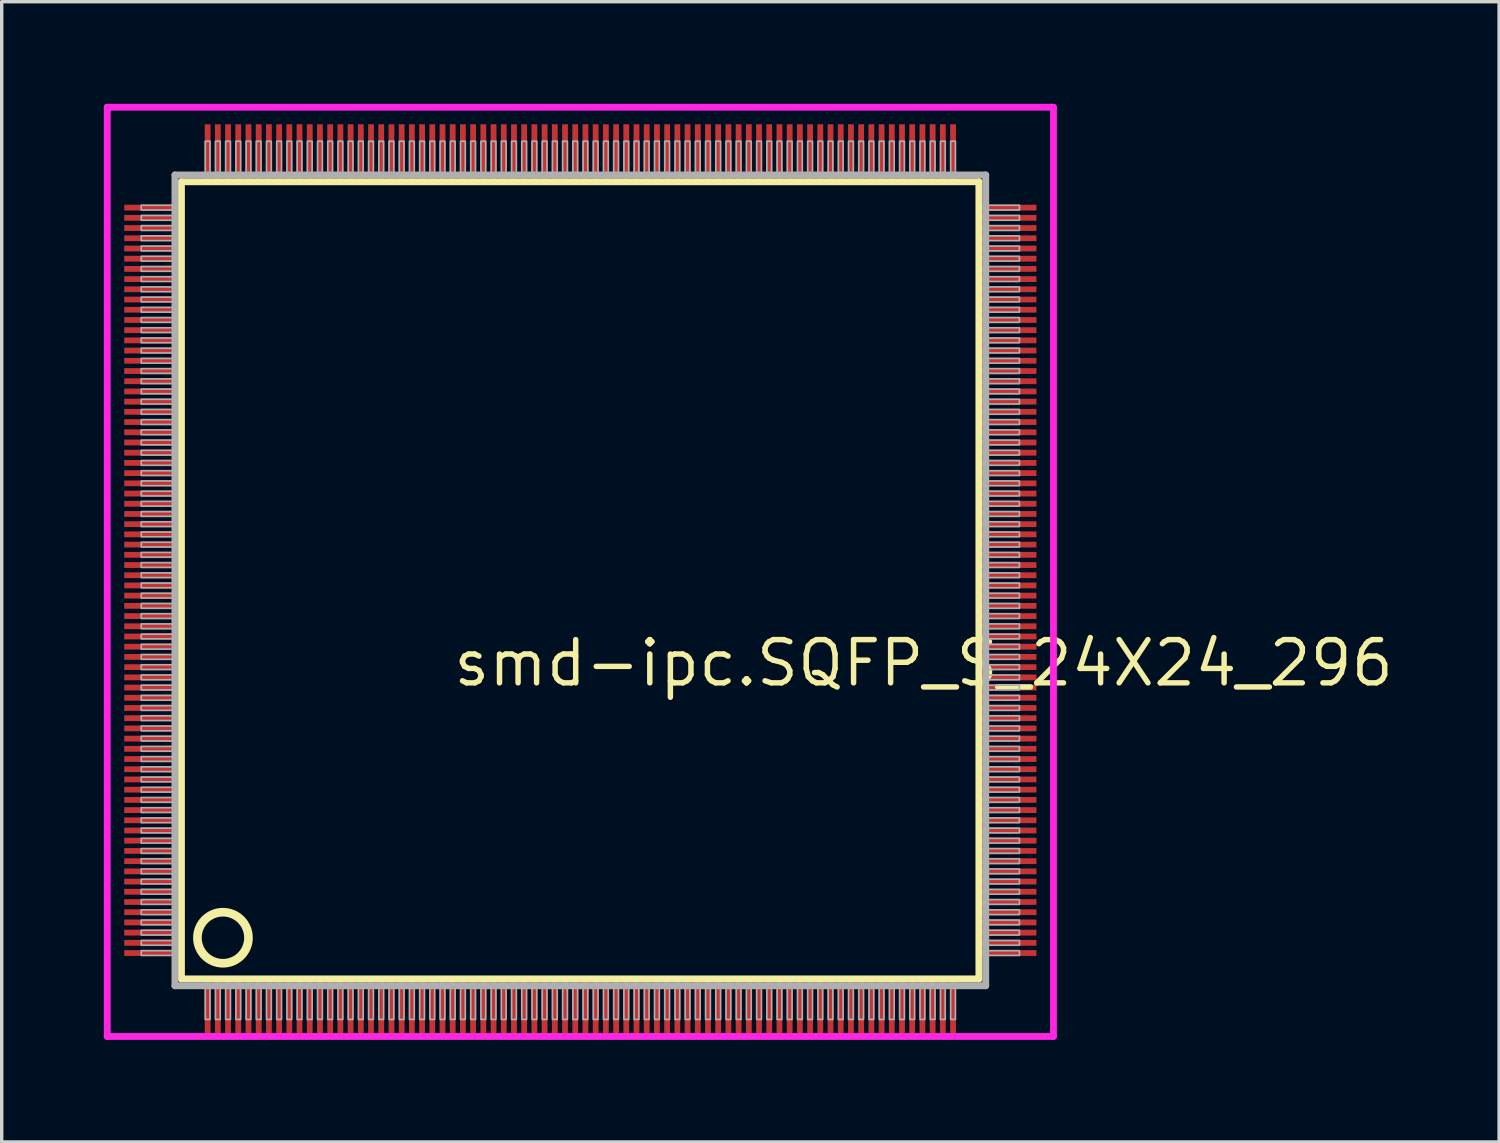
<source format=kicad_pcb>
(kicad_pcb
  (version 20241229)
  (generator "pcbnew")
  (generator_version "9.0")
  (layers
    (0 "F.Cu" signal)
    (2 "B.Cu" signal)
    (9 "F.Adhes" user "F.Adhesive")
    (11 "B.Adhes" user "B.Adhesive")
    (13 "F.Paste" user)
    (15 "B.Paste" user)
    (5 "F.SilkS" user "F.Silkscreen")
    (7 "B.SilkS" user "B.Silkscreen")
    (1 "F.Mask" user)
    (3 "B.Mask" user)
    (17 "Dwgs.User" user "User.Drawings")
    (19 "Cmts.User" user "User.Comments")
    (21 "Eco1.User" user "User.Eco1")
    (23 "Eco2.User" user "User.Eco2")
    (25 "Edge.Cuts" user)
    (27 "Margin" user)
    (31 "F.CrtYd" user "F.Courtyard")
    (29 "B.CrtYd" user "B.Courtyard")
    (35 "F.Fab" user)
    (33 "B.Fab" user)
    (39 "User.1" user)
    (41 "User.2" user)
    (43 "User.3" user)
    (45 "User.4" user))
  (footprint "smd-ipc.SQFP_S_24X24_296"
    (layer "F.Cu")
    (at 14 14)
    (property "Reference" "smd-ipc.SQFP_S_24X24_296" (at -3.81 3.175 0) (layer "F.SilkS") (effects (font (size 1.27 1.27) (thickness 0.16)) (justify left bottom)))
    (attr smd)
    (fp_line (start -11.72 -11.71) (end 11.71 -11.71) (stroke (width 0.203) (type default)) (layer "F.SilkS"))
    (fp_line (start -11.72 11.71) (end -11.72 -11.71) (stroke (width 0.203) (type default)) (layer "F.SilkS"))
    (fp_line (start 11.71 -11.71) (end 11.71 11.71) (stroke (width 0.203) (type default)) (layer "F.SilkS"))
    (fp_line (start 11.71 11.71) (end -11.72 11.71) (stroke (width 0.203) (type default)) (layer "F.SilkS"))
    (fp_circle (center -10.5 10.5) (end -9.75 10.5) (stroke (width 0.254) (type default)) (fill no) (layer "F.SilkS"))
    (fp_line (start -13.9 -13.9) (end 13.9 -13.9) (stroke (width 0.2) (type default)) (layer "F.CrtYd"))
    (fp_line (start -13.9 13.4) (end -13.9 -13.9) (stroke (width 0.2) (type default)) (layer "F.CrtYd"))
    (fp_line (start 13.9 -13.9) (end 13.9 13.4) (stroke (width 0.2) (type default)) (layer "F.CrtYd"))
    (fp_line (start 13.9 13.4) (end -13.9 13.4) (stroke (width 0.2) (type default)) (layer "F.CrtYd"))
    (fp_line (start -11.91 -11.91) (end -11.91 11.91) (stroke (width 0.203) (type default)) (layer "F.Fab"))
    (fp_line (start -11.91 11.91) (end 11.91 11.91) (stroke (width 0.203) (type default)) (layer "F.Fab"))
    (fp_line (start 11.91 -11.91) (end -11.91 -11.91) (stroke (width 0.203) (type default)) (layer "F.Fab"))
    (fp_line (start 11.91 11.91) (end 11.91 -11.91) (stroke (width 0.203) (type default)) (layer "F.Fab"))
    (fp_rect (start -12.9 -10.88) (end -11.95 -11.02) (stroke (width 0.05) (type default)) (fill no) (layer "F.Fab"))
    (fp_rect (start -12.9 -10.58) (end -11.95 -10.72) (stroke (width 0.05) (type default)) (fill no) (layer "F.Fab"))
    (fp_rect (start -12.9 -10.28) (end -11.95 -10.42) (stroke (width 0.05) (type default)) (fill no) (layer "F.Fab"))
    (fp_rect (start -12.9 -9.98) (end -11.95 -10.12) (stroke (width 0.05) (type default)) (fill no) (layer "F.Fab"))
    (fp_rect (start -12.9 -9.68) (end -11.95 -9.82) (stroke (width 0.05) (type default)) (fill no) (layer "F.Fab"))
    (fp_rect (start -12.9 -9.38) (end -11.95 -9.52) (stroke (width 0.05) (type default)) (fill no) (layer "F.Fab"))
    (fp_rect (start -12.9 -9.08) (end -11.95 -9.22) (stroke (width 0.05) (type default)) (fill no) (layer "F.Fab"))
    (fp_rect (start -12.9 -8.78) (end -11.95 -8.92) (stroke (width 0.05) (type default)) (fill no) (layer "F.Fab"))
    (fp_rect (start -12.9 -8.48) (end -11.95 -8.62) (stroke (width 0.05) (type default)) (fill no) (layer "F.Fab"))
    (fp_rect (start -12.9 -8.18) (end -11.95 -8.32) (stroke (width 0.05) (type default)) (fill no) (layer "F.Fab"))
    (fp_rect (start -12.9 -7.88) (end -11.95 -8.02) (stroke (width 0.05) (type default)) (fill no) (layer "F.Fab"))
    (fp_rect (start -12.9 -7.58) (end -11.95 -7.72) (stroke (width 0.05) (type default)) (fill no) (layer "F.Fab"))
    (fp_rect (start -12.9 -7.28) (end -11.95 -7.42) (stroke (width 0.05) (type default)) (fill no) (layer "F.Fab"))
    (fp_rect (start -12.9 -6.98) (end -11.95 -7.12) (stroke (width 0.05) (type default)) (fill no) (layer "F.Fab"))
    (fp_rect (start -12.9 -6.68) (end -11.95 -6.82) (stroke (width 0.05) (type default)) (fill no) (layer "F.Fab"))
    (fp_rect (start -12.9 -6.38) (end -11.95 -6.52) (stroke (width 0.05) (type default)) (fill no) (layer "F.Fab"))
    (fp_rect (start -12.9 -6.08) (end -11.95 -6.22) (stroke (width 0.05) (type default)) (fill no) (layer "F.Fab"))
    (fp_rect (start -12.9 -5.78) (end -11.95 -5.92) (stroke (width 0.05) (type default)) (fill no) (layer "F.Fab"))
    (fp_rect (start -12.9 -5.48) (end -11.95 -5.62) (stroke (width 0.05) (type default)) (fill no) (layer "F.Fab"))
    (fp_rect (start -12.9 -5.18) (end -11.95 -5.32) (stroke (width 0.05) (type default)) (fill no) (layer "F.Fab"))
    (fp_rect (start -12.9 -4.88) (end -11.95 -5.02) (stroke (width 0.05) (type default)) (fill no) (layer "F.Fab"))
    (fp_rect (start -12.9 -4.58) (end -11.95 -4.72) (stroke (width 0.05) (type default)) (fill no) (layer "F.Fab"))
    (fp_rect (start -12.9 -4.28) (end -11.95 -4.42) (stroke (width 0.05) (type default)) (fill no) (layer "F.Fab"))
    (fp_rect (start -12.9 -3.98) (end -11.95 -4.12) (stroke (width 0.05) (type default)) (fill no) (layer "F.Fab"))
    (fp_rect (start -12.9 -3.68) (end -11.95 -3.82) (stroke (width 0.05) (type default)) (fill no) (layer "F.Fab"))
    (fp_rect (start -12.9 -3.38) (end -11.95 -3.52) (stroke (width 0.05) (type default)) (fill no) (layer "F.Fab"))
    (fp_rect (start -12.9 -3.08) (end -11.95 -3.22) (stroke (width 0.05) (type default)) (fill no) (layer "F.Fab"))
    (fp_rect (start -12.9 -2.78) (end -11.95 -2.92) (stroke (width 0.05) (type default)) (fill no) (layer "F.Fab"))
    (fp_rect (start -12.9 -2.48) (end -11.95 -2.62) (stroke (width 0.05) (type default)) (fill no) (layer "F.Fab"))
    (fp_rect (start -12.9 -2.18) (end -11.95 -2.32) (stroke (width 0.05) (type default)) (fill no) (layer "F.Fab"))
    (fp_rect (start -12.9 -1.88) (end -11.95 -2.02) (stroke (width 0.05) (type default)) (fill no) (layer "F.Fab"))
    (fp_rect (start -12.9 -1.58) (end -11.95 -1.72) (stroke (width 0.05) (type default)) (fill no) (layer "F.Fab"))
    (fp_rect (start -12.9 -1.28) (end -11.95 -1.42) (stroke (width 0.05) (type default)) (fill no) (layer "F.Fab"))
    (fp_rect (start -12.9 -0.98) (end -11.95 -1.12) (stroke (width 0.05) (type default)) (fill no) (layer "F.Fab"))
    (fp_rect (start -12.9 -0.68) (end -11.95 -0.82) (stroke (width 0.05) (type default)) (fill no) (layer "F.Fab"))
    (fp_rect (start -12.9 -0.38) (end -11.95 -0.52) (stroke (width 0.05) (type default)) (fill no) (layer "F.Fab"))
    (fp_rect (start -12.9 -0.08) (end -11.95 -0.22) (stroke (width 0.05) (type default)) (fill no) (layer "F.Fab"))
    (fp_rect (start -12.9 0.22) (end -11.95 0.08) (stroke (width 0.05) (type default)) (fill no) (layer "F.Fab"))
    (fp_rect (start -12.9 0.52) (end -11.95 0.38) (stroke (width 0.05) (type default)) (fill no) (layer "F.Fab"))
    (fp_rect (start -12.9 0.82) (end -11.95 0.68) (stroke (width 0.05) (type default)) (fill no) (layer "F.Fab"))
    (fp_rect (start -12.9 1.12) (end -11.95 0.98) (stroke (width 0.05) (type default)) (fill no) (layer "F.Fab"))
    (fp_rect (start -12.9 1.42) (end -11.95 1.28) (stroke (width 0.05) (type default)) (fill no) (layer "F.Fab"))
    (fp_rect (start -12.9 1.72) (end -11.95 1.58) (stroke (width 0.05) (type default)) (fill no) (layer "F.Fab"))
    (fp_rect (start -12.9 2.02) (end -11.95 1.88) (stroke (width 0.05) (type default)) (fill no) (layer "F.Fab"))
    (fp_rect (start -12.9 2.32) (end -11.95 2.18) (stroke (width 0.05) (type default)) (fill no) (layer "F.Fab"))
    (fp_rect (start -12.9 2.62) (end -11.95 2.48) (stroke (width 0.05) (type default)) (fill no) (layer "F.Fab"))
    (fp_rect (start -12.9 2.92) (end -11.95 2.78) (stroke (width 0.05) (type default)) (fill no) (layer "F.Fab"))
    (fp_rect (start -12.9 3.22) (end -11.95 3.08) (stroke (width 0.05) (type default)) (fill no) (layer "F.Fab"))
    (fp_rect (start -12.9 3.52) (end -11.95 3.38) (stroke (width 0.05) (type default)) (fill no) (layer "F.Fab"))
    (fp_rect (start -12.9 3.82) (end -11.95 3.68) (stroke (width 0.05) (type default)) (fill no) (layer "F.Fab"))
    (fp_rect (start -12.9 4.12) (end -11.95 3.98) (stroke (width 0.05) (type default)) (fill no) (layer "F.Fab"))
    (fp_rect (start -12.9 4.42) (end -11.95 4.28) (stroke (width 0.05) (type default)) (fill no) (layer "F.Fab"))
    (fp_rect (start -12.9 4.72) (end -11.95 4.58) (stroke (width 0.05) (type default)) (fill no) (layer "F.Fab"))
    (fp_rect (start -12.9 5.02) (end -11.95 4.88) (stroke (width 0.05) (type default)) (fill no) (layer "F.Fab"))
    (fp_rect (start -12.9 5.32) (end -11.95 5.18) (stroke (width 0.05) (type default)) (fill no) (layer "F.Fab"))
    (fp_rect (start -12.9 5.62) (end -11.95 5.48) (stroke (width 0.05) (type default)) (fill no) (layer "F.Fab"))
    (fp_rect (start -12.9 5.92) (end -11.95 5.78) (stroke (width 0.05) (type default)) (fill no) (layer "F.Fab"))
    (fp_rect (start -12.9 6.22) (end -11.95 6.08) (stroke (width 0.05) (type default)) (fill no) (layer "F.Fab"))
    (fp_rect (start -12.9 6.52) (end -11.95 6.38) (stroke (width 0.05) (type default)) (fill no) (layer "F.Fab"))
    (fp_rect (start -12.9 6.82) (end -11.95 6.68) (stroke (width 0.05) (type default)) (fill no) (layer "F.Fab"))
    (fp_rect (start -12.9 7.12) (end -11.95 6.98) (stroke (width 0.05) (type default)) (fill no) (layer "F.Fab"))
    (fp_rect (start -12.9 7.42) (end -11.95 7.28) (stroke (width 0.05) (type default)) (fill no) (layer "F.Fab"))
    (fp_rect (start -12.9 7.72) (end -11.95 7.58) (stroke (width 0.05) (type default)) (fill no) (layer "F.Fab"))
    (fp_rect (start -12.9 8.02) (end -11.95 7.88) (stroke (width 0.05) (type default)) (fill no) (layer "F.Fab"))
    (fp_rect (start -12.9 8.32) (end -11.95 8.18) (stroke (width 0.05) (type default)) (fill no) (layer "F.Fab"))
    (fp_rect (start -12.9 8.62) (end -11.95 8.48) (stroke (width 0.05) (type default)) (fill no) (layer "F.Fab"))
    (fp_rect (start -12.9 8.92) (end -11.95 8.78) (stroke (width 0.05) (type default)) (fill no) (layer "F.Fab"))
    (fp_rect (start -12.9 9.22) (end -11.95 9.08) (stroke (width 0.05) (type default)) (fill no) (layer "F.Fab"))
    (fp_rect (start -12.9 9.52) (end -11.95 9.38) (stroke (width 0.05) (type default)) (fill no) (layer "F.Fab"))
    (fp_rect (start -12.9 9.82) (end -11.95 9.68) (stroke (width 0.05) (type default)) (fill no) (layer "F.Fab"))
    (fp_rect (start -12.9 10.12) (end -11.95 9.98) (stroke (width 0.05) (type default)) (fill no) (layer "F.Fab"))
    (fp_rect (start -12.9 10.42) (end -11.95 10.28) (stroke (width 0.05) (type default)) (fill no) (layer "F.Fab"))
    (fp_rect (start -12.9 10.72) (end -11.95 10.58) (stroke (width 0.05) (type default)) (fill no) (layer "F.Fab"))
    (fp_rect (start -12.9 11.02) (end -11.95 10.88) (stroke (width 0.05) (type default)) (fill no) (layer "F.Fab"))
    (fp_rect (start -11.02 -11.95) (end -10.88 -12.9) (stroke (width 0.05) (type default)) (fill no) (layer "F.Fab"))
    (fp_rect (start -11.02 12.9) (end -10.88 11.95) (stroke (width 0.05) (type default)) (fill no) (layer "F.Fab"))
    (fp_rect (start -10.72 -11.95) (end -10.58 -12.9) (stroke (width 0.05) (type default)) (fill no) (layer "F.Fab"))
    (fp_rect (start -10.72 12.9) (end -10.58 11.95) (stroke (width 0.05) (type default)) (fill no) (layer "F.Fab"))
    (fp_rect (start -10.42 -11.95) (end -10.28 -12.9) (stroke (width 0.05) (type default)) (fill no) (layer "F.Fab"))
    (fp_rect (start -10.42 12.9) (end -10.28 11.95) (stroke (width 0.05) (type default)) (fill no) (layer "F.Fab"))
    (fp_rect (start -10.12 -11.95) (end -9.98 -12.9) (stroke (width 0.05) (type default)) (fill no) (layer "F.Fab"))
    (fp_rect (start -10.12 12.9) (end -9.98 11.95) (stroke (width 0.05) (type default)) (fill no) (layer "F.Fab"))
    (fp_rect (start -9.82 -11.95) (end -9.68 -12.9) (stroke (width 0.05) (type default)) (fill no) (layer "F.Fab"))
    (fp_rect (start -9.82 12.9) (end -9.68 11.95) (stroke (width 0.05) (type default)) (fill no) (layer "F.Fab"))
    (fp_rect (start -9.52 -11.95) (end -9.38 -12.9) (stroke (width 0.05) (type default)) (fill no) (layer "F.Fab"))
    (fp_rect (start -9.52 12.9) (end -9.38 11.95) (stroke (width 0.05) (type default)) (fill no) (layer "F.Fab"))
    (fp_rect (start -9.22 -11.95) (end -9.08 -12.9) (stroke (width 0.05) (type default)) (fill no) (layer "F.Fab"))
    (fp_rect (start -9.22 12.9) (end -9.08 11.95) (stroke (width 0.05) (type default)) (fill no) (layer "F.Fab"))
    (fp_rect (start -8.92 -11.95) (end -8.78 -12.9) (stroke (width 0.05) (type default)) (fill no) (layer "F.Fab"))
    (fp_rect (start -8.92 12.9) (end -8.78 11.95) (stroke (width 0.05) (type default)) (fill no) (layer "F.Fab"))
    (fp_rect (start -8.62 -11.95) (end -8.48 -12.9) (stroke (width 0.05) (type default)) (fill no) (layer "F.Fab"))
    (fp_rect (start -8.62 12.9) (end -8.48 11.95) (stroke (width 0.05) (type default)) (fill no) (layer "F.Fab"))
    (fp_rect (start -8.32 -11.95) (end -8.18 -12.9) (stroke (width 0.05) (type default)) (fill no) (layer "F.Fab"))
    (fp_rect (start -8.32 12.9) (end -8.18 11.95) (stroke (width 0.05) (type default)) (fill no) (layer "F.Fab"))
    (fp_rect (start -8.02 -11.95) (end -7.88 -12.9) (stroke (width 0.05) (type default)) (fill no) (layer "F.Fab"))
    (fp_rect (start -8.02 12.9) (end -7.88 11.95) (stroke (width 0.05) (type default)) (fill no) (layer "F.Fab"))
    (fp_rect (start -7.72 -11.95) (end -7.58 -12.9) (stroke (width 0.05) (type default)) (fill no) (layer "F.Fab"))
    (fp_rect (start -7.72 12.9) (end -7.58 11.95) (stroke (width 0.05) (type default)) (fill no) (layer "F.Fab"))
    (fp_rect (start -7.42 -11.95) (end -7.28 -12.9) (stroke (width 0.05) (type default)) (fill no) (layer "F.Fab"))
    (fp_rect (start -7.42 12.9) (end -7.28 11.95) (stroke (width 0.05) (type default)) (fill no) (layer "F.Fab"))
    (fp_rect (start -7.12 -11.95) (end -6.98 -12.9) (stroke (width 0.05) (type default)) (fill no) (layer "F.Fab"))
    (fp_rect (start -7.12 12.9) (end -6.98 11.95) (stroke (width 0.05) (type default)) (fill no) (layer "F.Fab"))
    (fp_rect (start -6.82 -11.95) (end -6.68 -12.9) (stroke (width 0.05) (type default)) (fill no) (layer "F.Fab"))
    (fp_rect (start -6.82 12.9) (end -6.68 11.95) (stroke (width 0.05) (type default)) (fill no) (layer "F.Fab"))
    (fp_rect (start -6.52 -11.95) (end -6.38 -12.9) (stroke (width 0.05) (type default)) (fill no) (layer "F.Fab"))
    (fp_rect (start -6.52 12.9) (end -6.38 11.95) (stroke (width 0.05) (type default)) (fill no) (layer "F.Fab"))
    (fp_rect (start -6.22 -11.95) (end -6.08 -12.9) (stroke (width 0.05) (type default)) (fill no) (layer "F.Fab"))
    (fp_rect (start -6.22 12.9) (end -6.08 11.95) (stroke (width 0.05) (type default)) (fill no) (layer "F.Fab"))
    (fp_rect (start -5.92 -11.95) (end -5.78 -12.9) (stroke (width 0.05) (type default)) (fill no) (layer "F.Fab"))
    (fp_rect (start -5.92 12.9) (end -5.78 11.95) (stroke (width 0.05) (type default)) (fill no) (layer "F.Fab"))
    (fp_rect (start -5.62 -11.95) (end -5.48 -12.9) (stroke (width 0.05) (type default)) (fill no) (layer "F.Fab"))
    (fp_rect (start -5.62 12.9) (end -5.48 11.95) (stroke (width 0.05) (type default)) (fill no) (layer "F.Fab"))
    (fp_rect (start -5.32 -11.95) (end -5.18 -12.9) (stroke (width 0.05) (type default)) (fill no) (layer "F.Fab"))
    (fp_rect (start -5.32 12.9) (end -5.18 11.95) (stroke (width 0.05) (type default)) (fill no) (layer "F.Fab"))
    (fp_rect (start -5.02 -11.95) (end -4.88 -12.9) (stroke (width 0.05) (type default)) (fill no) (layer "F.Fab"))
    (fp_rect (start -5.02 12.9) (end -4.88 11.95) (stroke (width 0.05) (type default)) (fill no) (layer "F.Fab"))
    (fp_rect (start -4.72 -11.95) (end -4.58 -12.9) (stroke (width 0.05) (type default)) (fill no) (layer "F.Fab"))
    (fp_rect (start -4.72 12.9) (end -4.58 11.95) (stroke (width 0.05) (type default)) (fill no) (layer "F.Fab"))
    (fp_rect (start -4.42 -11.95) (end -4.28 -12.9) (stroke (width 0.05) (type default)) (fill no) (layer "F.Fab"))
    (fp_rect (start -4.42 12.9) (end -4.28 11.95) (stroke (width 0.05) (type default)) (fill no) (layer "F.Fab"))
    (fp_rect (start -4.12 -11.95) (end -3.98 -12.9) (stroke (width 0.05) (type default)) (fill no) (layer "F.Fab"))
    (fp_rect (start -4.12 12.9) (end -3.98 11.95) (stroke (width 0.05) (type default)) (fill no) (layer "F.Fab"))
    (fp_rect (start -3.82 -11.95) (end -3.68 -12.9) (stroke (width 0.05) (type default)) (fill no) (layer "F.Fab"))
    (fp_rect (start -3.82 12.9) (end -3.68 11.95) (stroke (width 0.05) (type default)) (fill no) (layer "F.Fab"))
    (fp_rect (start -3.52 -11.95) (end -3.38 -12.9) (stroke (width 0.05) (type default)) (fill no) (layer "F.Fab"))
    (fp_rect (start -3.52 12.9) (end -3.38 11.95) (stroke (width 0.05) (type default)) (fill no) (layer "F.Fab"))
    (fp_rect (start -3.22 -11.95) (end -3.08 -12.9) (stroke (width 0.05) (type default)) (fill no) (layer "F.Fab"))
    (fp_rect (start -3.22 12.9) (end -3.08 11.95) (stroke (width 0.05) (type default)) (fill no) (layer "F.Fab"))
    (fp_rect (start -2.92 -11.95) (end -2.78 -12.9) (stroke (width 0.05) (type default)) (fill no) (layer "F.Fab"))
    (fp_rect (start -2.92 12.9) (end -2.78 11.95) (stroke (width 0.05) (type default)) (fill no) (layer "F.Fab"))
    (fp_rect (start -2.62 -11.95) (end -2.48 -12.9) (stroke (width 0.05) (type default)) (fill no) (layer "F.Fab"))
    (fp_rect (start -2.62 12.9) (end -2.48 11.95) (stroke (width 0.05) (type default)) (fill no) (layer "F.Fab"))
    (fp_rect (start -2.32 -11.95) (end -2.18 -12.9) (stroke (width 0.05) (type default)) (fill no) (layer "F.Fab"))
    (fp_rect (start -2.32 12.9) (end -2.18 11.95) (stroke (width 0.05) (type default)) (fill no) (layer "F.Fab"))
    (fp_rect (start -2.02 -11.95) (end -1.88 -12.9) (stroke (width 0.05) (type default)) (fill no) (layer "F.Fab"))
    (fp_rect (start -2.02 12.9) (end -1.88 11.95) (stroke (width 0.05) (type default)) (fill no) (layer "F.Fab"))
    (fp_rect (start -1.72 -11.95) (end -1.58 -12.9) (stroke (width 0.05) (type default)) (fill no) (layer "F.Fab"))
    (fp_rect (start -1.72 12.9) (end -1.58 11.95) (stroke (width 0.05) (type default)) (fill no) (layer "F.Fab"))
    (fp_rect (start -1.42 -11.95) (end -1.28 -12.9) (stroke (width 0.05) (type default)) (fill no) (layer "F.Fab"))
    (fp_rect (start -1.42 12.9) (end -1.28 11.95) (stroke (width 0.05) (type default)) (fill no) (layer "F.Fab"))
    (fp_rect (start -1.12 -11.95) (end -0.98 -12.9) (stroke (width 0.05) (type default)) (fill no) (layer "F.Fab"))
    (fp_rect (start -1.12 12.9) (end -0.98 11.95) (stroke (width 0.05) (type default)) (fill no) (layer "F.Fab"))
    (fp_rect (start -0.82 -11.95) (end -0.68 -12.9) (stroke (width 0.05) (type default)) (fill no) (layer "F.Fab"))
    (fp_rect (start -0.82 12.9) (end -0.68 11.95) (stroke (width 0.05) (type default)) (fill no) (layer "F.Fab"))
    (fp_rect (start -0.52 -11.95) (end -0.38 -12.9) (stroke (width 0.05) (type default)) (fill no) (layer "F.Fab"))
    (fp_rect (start -0.52 12.9) (end -0.38 11.95) (stroke (width 0.05) (type default)) (fill no) (layer "F.Fab"))
    (fp_rect (start -0.22 -11.95) (end -0.08 -12.9) (stroke (width 0.05) (type default)) (fill no) (layer "F.Fab"))
    (fp_rect (start -0.22 12.9) (end -0.08 11.95) (stroke (width 0.05) (type default)) (fill no) (layer "F.Fab"))
    (fp_rect (start 0.08 -11.95) (end 0.22 -12.9) (stroke (width 0.05) (type default)) (fill no) (layer "F.Fab"))
    (fp_rect (start 0.08 12.9) (end 0.22 11.95) (stroke (width 0.05) (type default)) (fill no) (layer "F.Fab"))
    (fp_rect (start 0.38 -11.95) (end 0.52 -12.9) (stroke (width 0.05) (type default)) (fill no) (layer "F.Fab"))
    (fp_rect (start 0.38 12.9) (end 0.52 11.95) (stroke (width 0.05) (type default)) (fill no) (layer "F.Fab"))
    (fp_rect (start 0.68 -11.95) (end 0.82 -12.9) (stroke (width 0.05) (type default)) (fill no) (layer "F.Fab"))
    (fp_rect (start 0.68 12.9) (end 0.82 11.95) (stroke (width 0.05) (type default)) (fill no) (layer "F.Fab"))
    (fp_rect (start 0.98 -11.95) (end 1.12 -12.9) (stroke (width 0.05) (type default)) (fill no) (layer "F.Fab"))
    (fp_rect (start 0.98 12.9) (end 1.12 11.95) (stroke (width 0.05) (type default)) (fill no) (layer "F.Fab"))
    (fp_rect (start 1.28 -11.95) (end 1.42 -12.9) (stroke (width 0.05) (type default)) (fill no) (layer "F.Fab"))
    (fp_rect (start 1.28 12.9) (end 1.42 11.95) (stroke (width 0.05) (type default)) (fill no) (layer "F.Fab"))
    (fp_rect (start 1.58 -11.95) (end 1.72 -12.9) (stroke (width 0.05) (type default)) (fill no) (layer "F.Fab"))
    (fp_rect (start 1.58 12.9) (end 1.72 11.95) (stroke (width 0.05) (type default)) (fill no) (layer "F.Fab"))
    (fp_rect (start 1.88 -11.95) (end 2.02 -12.9) (stroke (width 0.05) (type default)) (fill no) (layer "F.Fab"))
    (fp_rect (start 1.88 12.9) (end 2.02 11.95) (stroke (width 0.05) (type default)) (fill no) (layer "F.Fab"))
    (fp_rect (start 2.18 -11.95) (end 2.32 -12.9) (stroke (width 0.05) (type default)) (fill no) (layer "F.Fab"))
    (fp_rect (start 2.18 12.9) (end 2.32 11.95) (stroke (width 0.05) (type default)) (fill no) (layer "F.Fab"))
    (fp_rect (start 2.48 -11.95) (end 2.62 -12.9) (stroke (width 0.05) (type default)) (fill no) (layer "F.Fab"))
    (fp_rect (start 2.48 12.9) (end 2.62 11.95) (stroke (width 0.05) (type default)) (fill no) (layer "F.Fab"))
    (fp_rect (start 2.78 -11.95) (end 2.92 -12.9) (stroke (width 0.05) (type default)) (fill no) (layer "F.Fab"))
    (fp_rect (start 2.78 12.9) (end 2.92 11.95) (stroke (width 0.05) (type default)) (fill no) (layer "F.Fab"))
    (fp_rect (start 3.08 -11.95) (end 3.22 -12.9) (stroke (width 0.05) (type default)) (fill no) (layer "F.Fab"))
    (fp_rect (start 3.08 12.9) (end 3.22 11.95) (stroke (width 0.05) (type default)) (fill no) (layer "F.Fab"))
    (fp_rect (start 3.38 -11.95) (end 3.52 -12.9) (stroke (width 0.05) (type default)) (fill no) (layer "F.Fab"))
    (fp_rect (start 3.38 12.9) (end 3.52 11.95) (stroke (width 0.05) (type default)) (fill no) (layer "F.Fab"))
    (fp_rect (start 3.68 -11.95) (end 3.82 -12.9) (stroke (width 0.05) (type default)) (fill no) (layer "F.Fab"))
    (fp_rect (start 3.68 12.9) (end 3.82 11.95) (stroke (width 0.05) (type default)) (fill no) (layer "F.Fab"))
    (fp_rect (start 3.98 -11.95) (end 4.12 -12.9) (stroke (width 0.05) (type default)) (fill no) (layer "F.Fab"))
    (fp_rect (start 3.98 12.9) (end 4.12 11.95) (stroke (width 0.05) (type default)) (fill no) (layer "F.Fab"))
    (fp_rect (start 4.28 -11.95) (end 4.42 -12.9) (stroke (width 0.05) (type default)) (fill no) (layer "F.Fab"))
    (fp_rect (start 4.28 12.9) (end 4.42 11.95) (stroke (width 0.05) (type default)) (fill no) (layer "F.Fab"))
    (fp_rect (start 4.58 -11.95) (end 4.72 -12.9) (stroke (width 0.05) (type default)) (fill no) (layer "F.Fab"))
    (fp_rect (start 4.58 12.9) (end 4.72 11.95) (stroke (width 0.05) (type default)) (fill no) (layer "F.Fab"))
    (fp_rect (start 4.88 -11.95) (end 5.02 -12.9) (stroke (width 0.05) (type default)) (fill no) (layer "F.Fab"))
    (fp_rect (start 4.88 12.9) (end 5.02 11.95) (stroke (width 0.05) (type default)) (fill no) (layer "F.Fab"))
    (fp_rect (start 5.18 -11.95) (end 5.32 -12.9) (stroke (width 0.05) (type default)) (fill no) (layer "F.Fab"))
    (fp_rect (start 5.18 12.9) (end 5.32 11.95) (stroke (width 0.05) (type default)) (fill no) (layer "F.Fab"))
    (fp_rect (start 5.48 -11.95) (end 5.62 -12.9) (stroke (width 0.05) (type default)) (fill no) (layer "F.Fab"))
    (fp_rect (start 5.48 12.9) (end 5.62 11.95) (stroke (width 0.05) (type default)) (fill no) (layer "F.Fab"))
    (fp_rect (start 5.78 -11.95) (end 5.92 -12.9) (stroke (width 0.05) (type default)) (fill no) (layer "F.Fab"))
    (fp_rect (start 5.78 12.9) (end 5.92 11.95) (stroke (width 0.05) (type default)) (fill no) (layer "F.Fab"))
    (fp_rect (start 6.08 -11.95) (end 6.22 -12.9) (stroke (width 0.05) (type default)) (fill no) (layer "F.Fab"))
    (fp_rect (start 6.08 12.9) (end 6.22 11.95) (stroke (width 0.05) (type default)) (fill no) (layer "F.Fab"))
    (fp_rect (start 6.38 -11.95) (end 6.52 -12.9) (stroke (width 0.05) (type default)) (fill no) (layer "F.Fab"))
    (fp_rect (start 6.38 12.9) (end 6.52 11.95) (stroke (width 0.05) (type default)) (fill no) (layer "F.Fab"))
    (fp_rect (start 6.68 -11.95) (end 6.82 -12.9) (stroke (width 0.05) (type default)) (fill no) (layer "F.Fab"))
    (fp_rect (start 6.68 12.9) (end 6.82 11.95) (stroke (width 0.05) (type default)) (fill no) (layer "F.Fab"))
    (fp_rect (start 6.98 -11.95) (end 7.12 -12.9) (stroke (width 0.05) (type default)) (fill no) (layer "F.Fab"))
    (fp_rect (start 6.98 12.9) (end 7.12 11.95) (stroke (width 0.05) (type default)) (fill no) (layer "F.Fab"))
    (fp_rect (start 7.28 -11.95) (end 7.42 -12.9) (stroke (width 0.05) (type default)) (fill no) (layer "F.Fab"))
    (fp_rect (start 7.28 12.9) (end 7.42 11.95) (stroke (width 0.05) (type default)) (fill no) (layer "F.Fab"))
    (fp_rect (start 7.58 -11.95) (end 7.72 -12.9) (stroke (width 0.05) (type default)) (fill no) (layer "F.Fab"))
    (fp_rect (start 7.58 12.9) (end 7.72 11.95) (stroke (width 0.05) (type default)) (fill no) (layer "F.Fab"))
    (fp_rect (start 7.88 -11.95) (end 8.02 -12.9) (stroke (width 0.05) (type default)) (fill no) (layer "F.Fab"))
    (fp_rect (start 7.88 12.9) (end 8.02 11.95) (stroke (width 0.05) (type default)) (fill no) (layer "F.Fab"))
    (fp_rect (start 8.18 -11.95) (end 8.32 -12.9) (stroke (width 0.05) (type default)) (fill no) (layer "F.Fab"))
    (fp_rect (start 8.18 12.9) (end 8.32 11.95) (stroke (width 0.05) (type default)) (fill no) (layer "F.Fab"))
    (fp_rect (start 8.48 -11.95) (end 8.62 -12.9) (stroke (width 0.05) (type default)) (fill no) (layer "F.Fab"))
    (fp_rect (start 8.48 12.9) (end 8.62 11.95) (stroke (width 0.05) (type default)) (fill no) (layer "F.Fab"))
    (fp_rect (start 8.78 -11.95) (end 8.92 -12.9) (stroke (width 0.05) (type default)) (fill no) (layer "F.Fab"))
    (fp_rect (start 8.78 12.9) (end 8.92 11.95) (stroke (width 0.05) (type default)) (fill no) (layer "F.Fab"))
    (fp_rect (start 9.08 -11.95) (end 9.22 -12.9) (stroke (width 0.05) (type default)) (fill no) (layer "F.Fab"))
    (fp_rect (start 9.08 12.9) (end 9.22 11.95) (stroke (width 0.05) (type default)) (fill no) (layer "F.Fab"))
    (fp_rect (start 9.38 -11.95) (end 9.52 -12.9) (stroke (width 0.05) (type default)) (fill no) (layer "F.Fab"))
    (fp_rect (start 9.38 12.9) (end 9.52 11.95) (stroke (width 0.05) (type default)) (fill no) (layer "F.Fab"))
    (fp_rect (start 9.68 -11.95) (end 9.82 -12.9) (stroke (width 0.05) (type default)) (fill no) (layer "F.Fab"))
    (fp_rect (start 9.68 12.9) (end 9.82 11.95) (stroke (width 0.05) (type default)) (fill no) (layer "F.Fab"))
    (fp_rect (start 9.98 -11.95) (end 10.12 -12.9) (stroke (width 0.05) (type default)) (fill no) (layer "F.Fab"))
    (fp_rect (start 9.98 12.9) (end 10.12 11.95) (stroke (width 0.05) (type default)) (fill no) (layer "F.Fab"))
    (fp_rect (start 10.28 -11.95) (end 10.42 -12.9) (stroke (width 0.05) (type default)) (fill no) (layer "F.Fab"))
    (fp_rect (start 10.28 12.9) (end 10.42 11.95) (stroke (width 0.05) (type default)) (fill no) (layer "F.Fab"))
    (fp_rect (start 10.58 -11.95) (end 10.72 -12.9) (stroke (width 0.05) (type default)) (fill no) (layer "F.Fab"))
    (fp_rect (start 10.58 12.9) (end 10.72 11.95) (stroke (width 0.05) (type default)) (fill no) (layer "F.Fab"))
    (fp_rect (start 10.88 -11.95) (end 11.02 -12.9) (stroke (width 0.05) (type default)) (fill no) (layer "F.Fab"))
    (fp_rect (start 10.88 12.9) (end 11.02 11.95) (stroke (width 0.05) (type default)) (fill no) (layer "F.Fab"))
    (fp_rect (start 11.95 -10.88) (end 12.9 -11.02) (stroke (width 0.05) (type default)) (fill no) (layer "F.Fab"))
    (fp_rect (start 11.95 -10.58) (end 12.9 -10.72) (stroke (width 0.05) (type default)) (fill no) (layer "F.Fab"))
    (fp_rect (start 11.95 -10.28) (end 12.9 -10.42) (stroke (width 0.05) (type default)) (fill no) (layer "F.Fab"))
    (fp_rect (start 11.95 -9.98) (end 12.9 -10.12) (stroke (width 0.05) (type default)) (fill no) (layer "F.Fab"))
    (fp_rect (start 11.95 -9.68) (end 12.9 -9.82) (stroke (width 0.05) (type default)) (fill no) (layer "F.Fab"))
    (fp_rect (start 11.95 -9.38) (end 12.9 -9.52) (stroke (width 0.05) (type default)) (fill no) (layer "F.Fab"))
    (fp_rect (start 11.95 -9.08) (end 12.9 -9.22) (stroke (width 0.05) (type default)) (fill no) (layer "F.Fab"))
    (fp_rect (start 11.95 -8.78) (end 12.9 -8.92) (stroke (width 0.05) (type default)) (fill no) (layer "F.Fab"))
    (fp_rect (start 11.95 -8.48) (end 12.9 -8.62) (stroke (width 0.05) (type default)) (fill no) (layer "F.Fab"))
    (fp_rect (start 11.95 -8.18) (end 12.9 -8.32) (stroke (width 0.05) (type default)) (fill no) (layer "F.Fab"))
    (fp_rect (start 11.95 -7.88) (end 12.9 -8.02) (stroke (width 0.05) (type default)) (fill no) (layer "F.Fab"))
    (fp_rect (start 11.95 -7.58) (end 12.9 -7.72) (stroke (width 0.05) (type default)) (fill no) (layer "F.Fab"))
    (fp_rect (start 11.95 -7.28) (end 12.9 -7.42) (stroke (width 0.05) (type default)) (fill no) (layer "F.Fab"))
    (fp_rect (start 11.95 -6.98) (end 12.9 -7.12) (stroke (width 0.05) (type default)) (fill no) (layer "F.Fab"))
    (fp_rect (start 11.95 -6.68) (end 12.9 -6.82) (stroke (width 0.05) (type default)) (fill no) (layer "F.Fab"))
    (fp_rect (start 11.95 -6.38) (end 12.9 -6.52) (stroke (width 0.05) (type default)) (fill no) (layer "F.Fab"))
    (fp_rect (start 11.95 -6.08) (end 12.9 -6.22) (stroke (width 0.05) (type default)) (fill no) (layer "F.Fab"))
    (fp_rect (start 11.95 -5.78) (end 12.9 -5.92) (stroke (width 0.05) (type default)) (fill no) (layer "F.Fab"))
    (fp_rect (start 11.95 -5.48) (end 12.9 -5.62) (stroke (width 0.05) (type default)) (fill no) (layer "F.Fab"))
    (fp_rect (start 11.95 -5.18) (end 12.9 -5.32) (stroke (width 0.05) (type default)) (fill no) (layer "F.Fab"))
    (fp_rect (start 11.95 -4.88) (end 12.9 -5.02) (stroke (width 0.05) (type default)) (fill no) (layer "F.Fab"))
    (fp_rect (start 11.95 -4.58) (end 12.9 -4.72) (stroke (width 0.05) (type default)) (fill no) (layer "F.Fab"))
    (fp_rect (start 11.95 -4.28) (end 12.9 -4.42) (stroke (width 0.05) (type default)) (fill no) (layer "F.Fab"))
    (fp_rect (start 11.95 -3.98) (end 12.9 -4.12) (stroke (width 0.05) (type default)) (fill no) (layer "F.Fab"))
    (fp_rect (start 11.95 -3.68) (end 12.9 -3.82) (stroke (width 0.05) (type default)) (fill no) (layer "F.Fab"))
    (fp_rect (start 11.95 -3.38) (end 12.9 -3.52) (stroke (width 0.05) (type default)) (fill no) (layer "F.Fab"))
    (fp_rect (start 11.95 -3.08) (end 12.9 -3.22) (stroke (width 0.05) (type default)) (fill no) (layer "F.Fab"))
    (fp_rect (start 11.95 -2.78) (end 12.9 -2.92) (stroke (width 0.05) (type default)) (fill no) (layer "F.Fab"))
    (fp_rect (start 11.95 -2.48) (end 12.9 -2.62) (stroke (width 0.05) (type default)) (fill no) (layer "F.Fab"))
    (fp_rect (start 11.95 -2.18) (end 12.9 -2.32) (stroke (width 0.05) (type default)) (fill no) (layer "F.Fab"))
    (fp_rect (start 11.95 -1.88) (end 12.9 -2.02) (stroke (width 0.05) (type default)) (fill no) (layer "F.Fab"))
    (fp_rect (start 11.95 -1.58) (end 12.9 -1.72) (stroke (width 0.05) (type default)) (fill no) (layer "F.Fab"))
    (fp_rect (start 11.95 -1.28) (end 12.9 -1.42) (stroke (width 0.05) (type default)) (fill no) (layer "F.Fab"))
    (fp_rect (start 11.95 -0.98) (end 12.9 -1.12) (stroke (width 0.05) (type default)) (fill no) (layer "F.Fab"))
    (fp_rect (start 11.95 -0.68) (end 12.9 -0.82) (stroke (width 0.05) (type default)) (fill no) (layer "F.Fab"))
    (fp_rect (start 11.95 -0.38) (end 12.9 -0.52) (stroke (width 0.05) (type default)) (fill no) (layer "F.Fab"))
    (fp_rect (start 11.95 -0.08) (end 12.9 -0.22) (stroke (width 0.05) (type default)) (fill no) (layer "F.Fab"))
    (fp_rect (start 11.95 0.22) (end 12.9 0.08) (stroke (width 0.05) (type default)) (fill no) (layer "F.Fab"))
    (fp_rect (start 11.95 0.52) (end 12.9 0.38) (stroke (width 0.05) (type default)) (fill no) (layer "F.Fab"))
    (fp_rect (start 11.95 0.82) (end 12.9 0.68) (stroke (width 0.05) (type default)) (fill no) (layer "F.Fab"))
    (fp_rect (start 11.95 1.12) (end 12.9 0.98) (stroke (width 0.05) (type default)) (fill no) (layer "F.Fab"))
    (fp_rect (start 11.95 1.42) (end 12.9 1.28) (stroke (width 0.05) (type default)) (fill no) (layer "F.Fab"))
    (fp_rect (start 11.95 1.72) (end 12.9 1.58) (stroke (width 0.05) (type default)) (fill no) (layer "F.Fab"))
    (fp_rect (start 11.95 2.02) (end 12.9 1.88) (stroke (width 0.05) (type default)) (fill no) (layer "F.Fab"))
    (fp_rect (start 11.95 2.32) (end 12.9 2.18) (stroke (width 0.05) (type default)) (fill no) (layer "F.Fab"))
    (fp_rect (start 11.95 2.62) (end 12.9 2.48) (stroke (width 0.05) (type default)) (fill no) (layer "F.Fab"))
    (fp_rect (start 11.95 2.92) (end 12.9 2.78) (stroke (width 0.05) (type default)) (fill no) (layer "F.Fab"))
    (fp_rect (start 11.95 3.22) (end 12.9 3.08) (stroke (width 0.05) (type default)) (fill no) (layer "F.Fab"))
    (fp_rect (start 11.95 3.52) (end 12.9 3.38) (stroke (width 0.05) (type default)) (fill no) (layer "F.Fab"))
    (fp_rect (start 11.95 3.82) (end 12.9 3.68) (stroke (width 0.05) (type default)) (fill no) (layer "F.Fab"))
    (fp_rect (start 11.95 4.12) (end 12.9 3.98) (stroke (width 0.05) (type default)) (fill no) (layer "F.Fab"))
    (fp_rect (start 11.95 4.42) (end 12.9 4.28) (stroke (width 0.05) (type default)) (fill no) (layer "F.Fab"))
    (fp_rect (start 11.95 4.72) (end 12.9 4.58) (stroke (width 0.05) (type default)) (fill no) (layer "F.Fab"))
    (fp_rect (start 11.95 5.02) (end 12.9 4.88) (stroke (width 0.05) (type default)) (fill no) (layer "F.Fab"))
    (fp_rect (start 11.95 5.32) (end 12.9 5.18) (stroke (width 0.05) (type default)) (fill no) (layer "F.Fab"))
    (fp_rect (start 11.95 5.62) (end 12.9 5.48) (stroke (width 0.05) (type default)) (fill no) (layer "F.Fab"))
    (fp_rect (start 11.95 5.92) (end 12.9 5.78) (stroke (width 0.05) (type default)) (fill no) (layer "F.Fab"))
    (fp_rect (start 11.95 6.22) (end 12.9 6.08) (stroke (width 0.05) (type default)) (fill no) (layer "F.Fab"))
    (fp_rect (start 11.95 6.52) (end 12.9 6.38) (stroke (width 0.05) (type default)) (fill no) (layer "F.Fab"))
    (fp_rect (start 11.95 6.82) (end 12.9 6.68) (stroke (width 0.05) (type default)) (fill no) (layer "F.Fab"))
    (fp_rect (start 11.95 7.12) (end 12.9 6.98) (stroke (width 0.05) (type default)) (fill no) (layer "F.Fab"))
    (fp_rect (start 11.95 7.42) (end 12.9 7.28) (stroke (width 0.05) (type default)) (fill no) (layer "F.Fab"))
    (fp_rect (start 11.95 7.72) (end 12.9 7.58) (stroke (width 0.05) (type default)) (fill no) (layer "F.Fab"))
    (fp_rect (start 11.95 8.02) (end 12.9 7.88) (stroke (width 0.05) (type default)) (fill no) (layer "F.Fab"))
    (fp_rect (start 11.95 8.32) (end 12.9 8.18) (stroke (width 0.05) (type default)) (fill no) (layer "F.Fab"))
    (fp_rect (start 11.95 8.62) (end 12.9 8.48) (stroke (width 0.05) (type default)) (fill no) (layer "F.Fab"))
    (fp_rect (start 11.95 8.92) (end 12.9 8.78) (stroke (width 0.05) (type default)) (fill no) (layer "F.Fab"))
    (fp_rect (start 11.95 9.22) (end 12.9 9.08) (stroke (width 0.05) (type default)) (fill no) (layer "F.Fab"))
    (fp_rect (start 11.95 9.52) (end 12.9 9.38) (stroke (width 0.05) (type default)) (fill no) (layer "F.Fab"))
    (fp_rect (start 11.95 9.82) (end 12.9 9.68) (stroke (width 0.05) (type default)) (fill no) (layer "F.Fab"))
    (fp_rect (start 11.95 10.12) (end 12.9 9.98) (stroke (width 0.05) (type default)) (fill no) (layer "F.Fab"))
    (fp_rect (start 11.95 10.42) (end 12.9 10.28) (stroke (width 0.05) (type default)) (fill no) (layer "F.Fab"))
    (fp_rect (start 11.95 10.72) (end 12.9 10.58) (stroke (width 0.05) (type default)) (fill no) (layer "F.Fab"))
    (fp_rect (start 11.95 11.02) (end 12.9 10.88) (stroke (width 0.05) (type default)) (fill no) (layer "F.Fab"))
    (pad "1" smd roundrect (at -10.95 12.6) (size 0.17 1.6) (layers "F.Cu" "F.Mask" "F.Paste") (roundrect_rratio 0.01))
    (pad "2" smd roundrect (at -10.65 12.6) (size 0.17 1.6) (layers "F.Cu" "F.Mask" "F.Paste") (roundrect_rratio 0.01))
    (pad "3" smd roundrect (at -10.35 12.6) (size 0.17 1.6) (layers "F.Cu" "F.Mask" "F.Paste") (roundrect_rratio 0.01))
    (pad "4" smd roundrect (at -10.05 12.6) (size 0.17 1.6) (layers "F.Cu" "F.Mask" "F.Paste") (roundrect_rratio 0.01))
    (pad "5" smd roundrect (at -9.75 12.6) (size 0.17 1.6) (layers "F.Cu" "F.Mask" "F.Paste") (roundrect_rratio 0.01))
    (pad "6" smd roundrect (at -9.45 12.6) (size 0.17 1.6) (layers "F.Cu" "F.Mask" "F.Paste") (roundrect_rratio 0.01))
    (pad "7" smd roundrect (at -9.15 12.6) (size 0.17 1.6) (layers "F.Cu" "F.Mask" "F.Paste") (roundrect_rratio 0.01))
    (pad "8" smd roundrect (at -8.85 12.6) (size 0.17 1.6) (layers "F.Cu" "F.Mask" "F.Paste") (roundrect_rratio 0.01))
    (pad "9" smd roundrect (at -8.55 12.6) (size 0.17 1.6) (layers "F.Cu" "F.Mask" "F.Paste") (roundrect_rratio 0.01))
    (pad "10" smd roundrect (at -8.25 12.6) (size 0.17 1.6) (layers "F.Cu" "F.Mask" "F.Paste") (roundrect_rratio 0.01))
    (pad "11" smd roundrect (at -7.95 12.6) (size 0.17 1.6) (layers "F.Cu" "F.Mask" "F.Paste") (roundrect_rratio 0.01))
    (pad "12" smd roundrect (at -7.65 12.6) (size 0.17 1.6) (layers "F.Cu" "F.Mask" "F.Paste") (roundrect_rratio 0.01))
    (pad "13" smd roundrect (at -7.35 12.6) (size 0.17 1.6) (layers "F.Cu" "F.Mask" "F.Paste") (roundrect_rratio 0.01))
    (pad "14" smd roundrect (at -7.05 12.6) (size 0.17 1.6) (layers "F.Cu" "F.Mask" "F.Paste") (roundrect_rratio 0.01))
    (pad "15" smd roundrect (at -6.75 12.6) (size 0.17 1.6) (layers "F.Cu" "F.Mask" "F.Paste") (roundrect_rratio 0.01))
    (pad "16" smd roundrect (at -6.45 12.6) (size 0.17 1.6) (layers "F.Cu" "F.Mask" "F.Paste") (roundrect_rratio 0.01))
    (pad "17" smd roundrect (at -6.15 12.6) (size 0.17 1.6) (layers "F.Cu" "F.Mask" "F.Paste") (roundrect_rratio 0.01))
    (pad "18" smd roundrect (at -5.85 12.6) (size 0.17 1.6) (layers "F.Cu" "F.Mask" "F.Paste") (roundrect_rratio 0.01))
    (pad "19" smd roundrect (at -5.55 12.6) (size 0.17 1.6) (layers "F.Cu" "F.Mask" "F.Paste") (roundrect_rratio 0.01))
    (pad "20" smd roundrect (at -5.25 12.6) (size 0.17 1.6) (layers "F.Cu" "F.Mask" "F.Paste") (roundrect_rratio 0.01))
    (pad "21" smd roundrect (at -4.95 12.6) (size 0.17 1.6) (layers "F.Cu" "F.Mask" "F.Paste") (roundrect_rratio 0.01))
    (pad "22" smd roundrect (at -4.65 12.6) (size 0.17 1.6) (layers "F.Cu" "F.Mask" "F.Paste") (roundrect_rratio 0.01))
    (pad "23" smd roundrect (at -4.35 12.6) (size 0.17 1.6) (layers "F.Cu" "F.Mask" "F.Paste") (roundrect_rratio 0.01))
    (pad "24" smd roundrect (at -4.05 12.6) (size 0.17 1.6) (layers "F.Cu" "F.Mask" "F.Paste") (roundrect_rratio 0.01))
    (pad "25" smd roundrect (at -3.75 12.6) (size 0.17 1.6) (layers "F.Cu" "F.Mask" "F.Paste") (roundrect_rratio 0.01))
    (pad "26" smd roundrect (at -3.45 12.6) (size 0.17 1.6) (layers "F.Cu" "F.Mask" "F.Paste") (roundrect_rratio 0.01))
    (pad "27" smd roundrect (at -3.15 12.6) (size 0.17 1.6) (layers "F.Cu" "F.Mask" "F.Paste") (roundrect_rratio 0.01))
    (pad "28" smd roundrect (at -2.85 12.6) (size 0.17 1.6) (layers "F.Cu" "F.Mask" "F.Paste") (roundrect_rratio 0.01))
    (pad "29" smd roundrect (at -2.55 12.6) (size 0.17 1.6) (layers "F.Cu" "F.Mask" "F.Paste") (roundrect_rratio 0.01))
    (pad "30" smd roundrect (at -2.25 12.6) (size 0.17 1.6) (layers "F.Cu" "F.Mask" "F.Paste") (roundrect_rratio 0.01))
    (pad "31" smd roundrect (at -1.95 12.6) (size 0.17 1.6) (layers "F.Cu" "F.Mask" "F.Paste") (roundrect_rratio 0.01))
    (pad "32" smd roundrect (at -1.65 12.6) (size 0.17 1.6) (layers "F.Cu" "F.Mask" "F.Paste") (roundrect_rratio 0.01))
    (pad "33" smd roundrect (at -1.35 12.6) (size 0.17 1.6) (layers "F.Cu" "F.Mask" "F.Paste") (roundrect_rratio 0.01))
    (pad "34" smd roundrect (at -1.05 12.6) (size 0.17 1.6) (layers "F.Cu" "F.Mask" "F.Paste") (roundrect_rratio 0.01))
    (pad "35" smd roundrect (at -0.75 12.6) (size 0.17 1.6) (layers "F.Cu" "F.Mask" "F.Paste") (roundrect_rratio 0.01))
    (pad "36" smd roundrect (at -0.45 12.6) (size 0.17 1.6) (layers "F.Cu" "F.Mask" "F.Paste") (roundrect_rratio 0.01))
    (pad "37" smd roundrect (at -0.15 12.6) (size 0.17 1.6) (layers "F.Cu" "F.Mask" "F.Paste") (roundrect_rratio 0.01))
    (pad "38" smd roundrect (at 0.15 12.6) (size 0.17 1.6) (layers "F.Cu" "F.Mask" "F.Paste") (roundrect_rratio 0.01))
    (pad "39" smd roundrect (at 0.45 12.6) (size 0.17 1.6) (layers "F.Cu" "F.Mask" "F.Paste") (roundrect_rratio 0.01))
    (pad "40" smd roundrect (at 0.75 12.6) (size 0.17 1.6) (layers "F.Cu" "F.Mask" "F.Paste") (roundrect_rratio 0.01))
    (pad "41" smd roundrect (at 1.05 12.6) (size 0.17 1.6) (layers "F.Cu" "F.Mask" "F.Paste") (roundrect_rratio 0.01))
    (pad "42" smd roundrect (at 1.35 12.6) (size 0.17 1.6) (layers "F.Cu" "F.Mask" "F.Paste") (roundrect_rratio 0.01))
    (pad "43" smd roundrect (at 1.65 12.6) (size 0.17 1.6) (layers "F.Cu" "F.Mask" "F.Paste") (roundrect_rratio 0.01))
    (pad "44" smd roundrect (at 1.95 12.6) (size 0.17 1.6) (layers "F.Cu" "F.Mask" "F.Paste") (roundrect_rratio 0.01))
    (pad "45" smd roundrect (at 2.25 12.6) (size 0.17 1.6) (layers "F.Cu" "F.Mask" "F.Paste") (roundrect_rratio 0.01))
    (pad "46" smd roundrect (at 2.55 12.6) (size 0.17 1.6) (layers "F.Cu" "F.Mask" "F.Paste") (roundrect_rratio 0.01))
    (pad "47" smd roundrect (at 2.85 12.6) (size 0.17 1.6) (layers "F.Cu" "F.Mask" "F.Paste") (roundrect_rratio 0.01))
    (pad "48" smd roundrect (at 3.15 12.6) (size 0.17 1.6) (layers "F.Cu" "F.Mask" "F.Paste") (roundrect_rratio 0.01))
    (pad "49" smd roundrect (at 3.45 12.6) (size 0.17 1.6) (layers "F.Cu" "F.Mask" "F.Paste") (roundrect_rratio 0.01))
    (pad "50" smd roundrect (at 3.75 12.6) (size 0.17 1.6) (layers "F.Cu" "F.Mask" "F.Paste") (roundrect_rratio 0.01))
    (pad "51" smd roundrect (at 4.05 12.6) (size 0.17 1.6) (layers "F.Cu" "F.Mask" "F.Paste") (roundrect_rratio 0.01))
    (pad "52" smd roundrect (at 4.35 12.6) (size 0.17 1.6) (layers "F.Cu" "F.Mask" "F.Paste") (roundrect_rratio 0.01))
    (pad "53" smd roundrect (at 4.65 12.6) (size 0.17 1.6) (layers "F.Cu" "F.Mask" "F.Paste") (roundrect_rratio 0.01))
    (pad "54" smd roundrect (at 4.95 12.6) (size 0.17 1.6) (layers "F.Cu" "F.Mask" "F.Paste") (roundrect_rratio 0.01))
    (pad "55" smd roundrect (at 5.25 12.6) (size 0.17 1.6) (layers "F.Cu" "F.Mask" "F.Paste") (roundrect_rratio 0.01))
    (pad "56" smd roundrect (at 5.55 12.6) (size 0.17 1.6) (layers "F.Cu" "F.Mask" "F.Paste") (roundrect_rratio 0.01))
    (pad "57" smd roundrect (at 5.85 12.6) (size 0.17 1.6) (layers "F.Cu" "F.Mask" "F.Paste") (roundrect_rratio 0.01))
    (pad "58" smd roundrect (at 6.15 12.6) (size 0.17 1.6) (layers "F.Cu" "F.Mask" "F.Paste") (roundrect_rratio 0.01))
    (pad "59" smd roundrect (at 6.45 12.6) (size 0.17 1.6) (layers "F.Cu" "F.Mask" "F.Paste") (roundrect_rratio 0.01))
    (pad "60" smd roundrect (at 6.75 12.6) (size 0.17 1.6) (layers "F.Cu" "F.Mask" "F.Paste") (roundrect_rratio 0.01))
    (pad "61" smd roundrect (at 7.05 12.6) (size 0.17 1.6) (layers "F.Cu" "F.Mask" "F.Paste") (roundrect_rratio 0.01))
    (pad "62" smd roundrect (at 7.35 12.6) (size 0.17 1.6) (layers "F.Cu" "F.Mask" "F.Paste") (roundrect_rratio 0.01))
    (pad "63" smd roundrect (at 7.65 12.6) (size 0.17 1.6) (layers "F.Cu" "F.Mask" "F.Paste") (roundrect_rratio 0.01))
    (pad "64" smd roundrect (at 7.95 12.6) (size 0.17 1.6) (layers "F.Cu" "F.Mask" "F.Paste") (roundrect_rratio 0.01))
    (pad "65" smd roundrect (at 8.25 12.6) (size 0.17 1.6) (layers "F.Cu" "F.Mask" "F.Paste") (roundrect_rratio 0.01))
    (pad "66" smd roundrect (at 8.55 12.6) (size 0.17 1.6) (layers "F.Cu" "F.Mask" "F.Paste") (roundrect_rratio 0.01))
    (pad "67" smd roundrect (at 8.85 12.6) (size 0.17 1.6) (layers "F.Cu" "F.Mask" "F.Paste") (roundrect_rratio 0.01))
    (pad "68" smd roundrect (at 9.15 12.6) (size 0.17 1.6) (layers "F.Cu" "F.Mask" "F.Paste") (roundrect_rratio 0.01))
    (pad "69" smd roundrect (at 9.45 12.6) (size 0.17 1.6) (layers "F.Cu" "F.Mask" "F.Paste") (roundrect_rratio 0.01))
    (pad "70" smd roundrect (at 9.75 12.6) (size 0.17 1.6) (layers "F.Cu" "F.Mask" "F.Paste") (roundrect_rratio 0.01))
    (pad "71" smd roundrect (at 10.05 12.6) (size 0.17 1.6) (layers "F.Cu" "F.Mask" "F.Paste") (roundrect_rratio 0.01))
    (pad "72" smd roundrect (at 10.35 12.6) (size 0.17 1.6) (layers "F.Cu" "F.Mask" "F.Paste") (roundrect_rratio 0.01))
    (pad "73" smd roundrect (at 10.65 12.6) (size 0.17 1.6) (layers "F.Cu" "F.Mask" "F.Paste") (roundrect_rratio 0.01))
    (pad "74" smd roundrect (at 10.95 12.6) (size 0.17 1.6) (layers "F.Cu" "F.Mask" "F.Paste") (roundrect_rratio 0.01))
    (pad "75" smd roundrect (at 12.6 10.95) (size 1.6 0.17) (layers "F.Cu" "F.Mask" "F.Paste") (roundrect_rratio 0.01))
    (pad "76" smd roundrect (at 12.6 10.65) (size 1.6 0.17) (layers "F.Cu" "F.Mask" "F.Paste") (roundrect_rratio 0.01))
    (pad "77" smd roundrect (at 12.6 10.35) (size 1.6 0.17) (layers "F.Cu" "F.Mask" "F.Paste") (roundrect_rratio 0.01))
    (pad "78" smd roundrect (at 12.6 10.05) (size 1.6 0.17) (layers "F.Cu" "F.Mask" "F.Paste") (roundrect_rratio 0.01))
    (pad "79" smd roundrect (at 12.6 9.75) (size 1.6 0.17) (layers "F.Cu" "F.Mask" "F.Paste") (roundrect_rratio 0.01))
    (pad "80" smd roundrect (at 12.6 9.45) (size 1.6 0.17) (layers "F.Cu" "F.Mask" "F.Paste") (roundrect_rratio 0.01))
    (pad "81" smd roundrect (at 12.6 9.15) (size 1.6 0.17) (layers "F.Cu" "F.Mask" "F.Paste") (roundrect_rratio 0.01))
    (pad "82" smd roundrect (at 12.6 8.85) (size 1.6 0.17) (layers "F.Cu" "F.Mask" "F.Paste") (roundrect_rratio 0.01))
    (pad "83" smd roundrect (at 12.6 8.55) (size 1.6 0.17) (layers "F.Cu" "F.Mask" "F.Paste") (roundrect_rratio 0.01))
    (pad "84" smd roundrect (at 12.6 8.25) (size 1.6 0.17) (layers "F.Cu" "F.Mask" "F.Paste") (roundrect_rratio 0.01))
    (pad "85" smd roundrect (at 12.6 7.95) (size 1.6 0.17) (layers "F.Cu" "F.Mask" "F.Paste") (roundrect_rratio 0.01))
    (pad "86" smd roundrect (at 12.6 7.65) (size 1.6 0.17) (layers "F.Cu" "F.Mask" "F.Paste") (roundrect_rratio 0.01))
    (pad "87" smd roundrect (at 12.6 7.35) (size 1.6 0.17) (layers "F.Cu" "F.Mask" "F.Paste") (roundrect_rratio 0.01))
    (pad "88" smd roundrect (at 12.6 7.05) (size 1.6 0.17) (layers "F.Cu" "F.Mask" "F.Paste") (roundrect_rratio 0.01))
    (pad "89" smd roundrect (at 12.6 6.75) (size 1.6 0.17) (layers "F.Cu" "F.Mask" "F.Paste") (roundrect_rratio 0.01))
    (pad "90" smd roundrect (at 12.6 6.45) (size 1.6 0.17) (layers "F.Cu" "F.Mask" "F.Paste") (roundrect_rratio 0.01))
    (pad "91" smd roundrect (at 12.6 6.15) (size 1.6 0.17) (layers "F.Cu" "F.Mask" "F.Paste") (roundrect_rratio 0.01))
    (pad "92" smd roundrect (at 12.6 5.85) (size 1.6 0.17) (layers "F.Cu" "F.Mask" "F.Paste") (roundrect_rratio 0.01))
    (pad "93" smd roundrect (at 12.6 5.55) (size 1.6 0.17) (layers "F.Cu" "F.Mask" "F.Paste") (roundrect_rratio 0.01))
    (pad "94" smd roundrect (at 12.6 5.25) (size 1.6 0.17) (layers "F.Cu" "F.Mask" "F.Paste") (roundrect_rratio 0.01))
    (pad "95" smd roundrect (at 12.6 4.95) (size 1.6 0.17) (layers "F.Cu" "F.Mask" "F.Paste") (roundrect_rratio 0.01))
    (pad "96" smd roundrect (at 12.6 4.65) (size 1.6 0.17) (layers "F.Cu" "F.Mask" "F.Paste") (roundrect_rratio 0.01))
    (pad "97" smd roundrect (at 12.6 4.35) (size 1.6 0.17) (layers "F.Cu" "F.Mask" "F.Paste") (roundrect_rratio 0.01))
    (pad "98" smd roundrect (at 12.6 4.05) (size 1.6 0.17) (layers "F.Cu" "F.Mask" "F.Paste") (roundrect_rratio 0.01))
    (pad "99" smd roundrect (at 12.6 3.75) (size 1.6 0.17) (layers "F.Cu" "F.Mask" "F.Paste") (roundrect_rratio 0.01))
    (pad "100" smd roundrect (at 12.6 3.45) (size 1.6 0.17) (layers "F.Cu" "F.Mask" "F.Paste") (roundrect_rratio 0.01))
    (pad "101" smd roundrect (at 12.6 3.15) (size 1.6 0.17) (layers "F.Cu" "F.Mask" "F.Paste") (roundrect_rratio 0.01))
    (pad "102" smd roundrect (at 12.6 2.85) (size 1.6 0.17) (layers "F.Cu" "F.Mask" "F.Paste") (roundrect_rratio 0.01))
    (pad "103" smd roundrect (at 12.6 2.55) (size 1.6 0.17) (layers "F.Cu" "F.Mask" "F.Paste") (roundrect_rratio 0.01))
    (pad "104" smd roundrect (at 12.6 2.25) (size 1.6 0.17) (layers "F.Cu" "F.Mask" "F.Paste") (roundrect_rratio 0.01))
    (pad "105" smd roundrect (at 12.6 1.95) (size 1.6 0.17) (layers "F.Cu" "F.Mask" "F.Paste") (roundrect_rratio 0.01))
    (pad "106" smd roundrect (at 12.6 1.65) (size 1.6 0.17) (layers "F.Cu" "F.Mask" "F.Paste") (roundrect_rratio 0.01))
    (pad "107" smd roundrect (at 12.6 1.35) (size 1.6 0.17) (layers "F.Cu" "F.Mask" "F.Paste") (roundrect_rratio 0.01))
    (pad "108" smd roundrect (at 12.6 1.05) (size 1.6 0.17) (layers "F.Cu" "F.Mask" "F.Paste") (roundrect_rratio 0.01))
    (pad "109" smd roundrect (at 12.6 0.75) (size 1.6 0.17) (layers "F.Cu" "F.Mask" "F.Paste") (roundrect_rratio 0.01))
    (pad "110" smd roundrect (at 12.6 0.45) (size 1.6 0.17) (layers "F.Cu" "F.Mask" "F.Paste") (roundrect_rratio 0.01))
    (pad "111" smd roundrect (at 12.6 0.15) (size 1.6 0.17) (layers "F.Cu" "F.Mask" "F.Paste") (roundrect_rratio 0.01))
    (pad "112" smd roundrect (at 12.6 -0.15) (size 1.6 0.17) (layers "F.Cu" "F.Mask" "F.Paste") (roundrect_rratio 0.01))
    (pad "113" smd roundrect (at 12.6 -0.45) (size 1.6 0.17) (layers "F.Cu" "F.Mask" "F.Paste") (roundrect_rratio 0.01))
    (pad "114" smd roundrect (at 12.6 -0.75) (size 1.6 0.17) (layers "F.Cu" "F.Mask" "F.Paste") (roundrect_rratio 0.01))
    (pad "115" smd roundrect (at 12.6 -1.05) (size 1.6 0.17) (layers "F.Cu" "F.Mask" "F.Paste") (roundrect_rratio 0.01))
    (pad "116" smd roundrect (at 12.6 -1.35) (size 1.6 0.17) (layers "F.Cu" "F.Mask" "F.Paste") (roundrect_rratio 0.01))
    (pad "117" smd roundrect (at 12.6 -1.65) (size 1.6 0.17) (layers "F.Cu" "F.Mask" "F.Paste") (roundrect_rratio 0.01))
    (pad "118" smd roundrect (at 12.6 -1.95) (size 1.6 0.17) (layers "F.Cu" "F.Mask" "F.Paste") (roundrect_rratio 0.01))
    (pad "119" smd roundrect (at 12.6 -2.25) (size 1.6 0.17) (layers "F.Cu" "F.Mask" "F.Paste") (roundrect_rratio 0.01))
    (pad "120" smd roundrect (at 12.6 -2.55) (size 1.6 0.17) (layers "F.Cu" "F.Mask" "F.Paste") (roundrect_rratio 0.01))
    (pad "121" smd roundrect (at 12.6 -2.85) (size 1.6 0.17) (layers "F.Cu" "F.Mask" "F.Paste") (roundrect_rratio 0.01))
    (pad "122" smd roundrect (at 12.6 -3.15) (size 1.6 0.17) (layers "F.Cu" "F.Mask" "F.Paste") (roundrect_rratio 0.01))
    (pad "123" smd roundrect (at 12.6 -3.45) (size 1.6 0.17) (layers "F.Cu" "F.Mask" "F.Paste") (roundrect_rratio 0.01))
    (pad "124" smd roundrect (at 12.6 -3.75) (size 1.6 0.17) (layers "F.Cu" "F.Mask" "F.Paste") (roundrect_rratio 0.01))
    (pad "125" smd roundrect (at 12.6 -4.05) (size 1.6 0.17) (layers "F.Cu" "F.Mask" "F.Paste") (roundrect_rratio 0.01))
    (pad "126" smd roundrect (at 12.6 -4.35) (size 1.6 0.17) (layers "F.Cu" "F.Mask" "F.Paste") (roundrect_rratio 0.01))
    (pad "127" smd roundrect (at 12.6 -4.65) (size 1.6 0.17) (layers "F.Cu" "F.Mask" "F.Paste") (roundrect_rratio 0.01))
    (pad "128" smd roundrect (at 12.6 -4.95) (size 1.6 0.17) (layers "F.Cu" "F.Mask" "F.Paste") (roundrect_rratio 0.01))
    (pad "129" smd roundrect (at 12.6 -5.25) (size 1.6 0.17) (layers "F.Cu" "F.Mask" "F.Paste") (roundrect_rratio 0.01))
    (pad "130" smd roundrect (at 12.6 -5.55) (size 1.6 0.17) (layers "F.Cu" "F.Mask" "F.Paste") (roundrect_rratio 0.01))
    (pad "131" smd roundrect (at 12.6 -5.85) (size 1.6 0.17) (layers "F.Cu" "F.Mask" "F.Paste") (roundrect_rratio 0.01))
    (pad "132" smd roundrect (at 12.6 -6.15) (size 1.6 0.17) (layers "F.Cu" "F.Mask" "F.Paste") (roundrect_rratio 0.01))
    (pad "133" smd roundrect (at 12.6 -6.45) (size 1.6 0.17) (layers "F.Cu" "F.Mask" "F.Paste") (roundrect_rratio 0.01))
    (pad "134" smd roundrect (at 12.6 -6.75) (size 1.6 0.17) (layers "F.Cu" "F.Mask" "F.Paste") (roundrect_rratio 0.01))
    (pad "135" smd roundrect (at 12.6 -7.05) (size 1.6 0.17) (layers "F.Cu" "F.Mask" "F.Paste") (roundrect_rratio 0.01))
    (pad "136" smd roundrect (at 12.6 -7.35) (size 1.6 0.17) (layers "F.Cu" "F.Mask" "F.Paste") (roundrect_rratio 0.01))
    (pad "137" smd roundrect (at 12.6 -7.65) (size 1.6 0.17) (layers "F.Cu" "F.Mask" "F.Paste") (roundrect_rratio 0.01))
    (pad "138" smd roundrect (at 12.6 -7.95) (size 1.6 0.17) (layers "F.Cu" "F.Mask" "F.Paste") (roundrect_rratio 0.01))
    (pad "139" smd roundrect (at 12.6 -8.25) (size 1.6 0.17) (layers "F.Cu" "F.Mask" "F.Paste") (roundrect_rratio 0.01))
    (pad "140" smd roundrect (at 12.6 -8.55) (size 1.6 0.17) (layers "F.Cu" "F.Mask" "F.Paste") (roundrect_rratio 0.01))
    (pad "141" smd roundrect (at 12.6 -8.85) (size 1.6 0.17) (layers "F.Cu" "F.Mask" "F.Paste") (roundrect_rratio 0.01))
    (pad "142" smd roundrect (at 12.6 -9.15) (size 1.6 0.17) (layers "F.Cu" "F.Mask" "F.Paste") (roundrect_rratio 0.01))
    (pad "143" smd roundrect (at 12.6 -9.45) (size 1.6 0.17) (layers "F.Cu" "F.Mask" "F.Paste") (roundrect_rratio 0.01))
    (pad "144" smd roundrect (at 12.6 -9.75) (size 1.6 0.17) (layers "F.Cu" "F.Mask" "F.Paste") (roundrect_rratio 0.01))
    (pad "145" smd roundrect (at 12.6 -10.05) (size 1.6 0.17) (layers "F.Cu" "F.Mask" "F.Paste") (roundrect_rratio 0.01))
    (pad "146" smd roundrect (at 12.6 -10.35) (size 1.6 0.17) (layers "F.Cu" "F.Mask" "F.Paste") (roundrect_rratio 0.01))
    (pad "147" smd roundrect (at 12.6 -10.65) (size 1.6 0.17) (layers "F.Cu" "F.Mask" "F.Paste") (roundrect_rratio 0.01))
    (pad "148" smd roundrect (at 12.6 -10.95) (size 1.6 0.17) (layers "F.Cu" "F.Mask" "F.Paste") (roundrect_rratio 0.01))
    (pad "149" smd roundrect (at 10.95 -12.6) (size 0.17 1.6) (layers "F.Cu" "F.Mask" "F.Paste") (roundrect_rratio 0.01))
    (pad "150" smd roundrect (at 10.65 -12.6) (size 0.17 1.6) (layers "F.Cu" "F.Mask" "F.Paste") (roundrect_rratio 0.01))
    (pad "151" smd roundrect (at 10.35 -12.6) (size 0.17 1.6) (layers "F.Cu" "F.Mask" "F.Paste") (roundrect_rratio 0.01))
    (pad "152" smd roundrect (at 10.05 -12.6) (size 0.17 1.6) (layers "F.Cu" "F.Mask" "F.Paste") (roundrect_rratio 0.01))
    (pad "153" smd roundrect (at 9.75 -12.6) (size 0.17 1.6) (layers "F.Cu" "F.Mask" "F.Paste") (roundrect_rratio 0.01))
    (pad "154" smd roundrect (at 9.45 -12.6) (size 0.17 1.6) (layers "F.Cu" "F.Mask" "F.Paste") (roundrect_rratio 0.01))
    (pad "155" smd roundrect (at 9.15 -12.6) (size 0.17 1.6) (layers "F.Cu" "F.Mask" "F.Paste") (roundrect_rratio 0.01))
    (pad "156" smd roundrect (at 8.85 -12.6) (size 0.17 1.6) (layers "F.Cu" "F.Mask" "F.Paste") (roundrect_rratio 0.01))
    (pad "157" smd roundrect (at 8.55 -12.6) (size 0.17 1.6) (layers "F.Cu" "F.Mask" "F.Paste") (roundrect_rratio 0.01))
    (pad "158" smd roundrect (at 8.25 -12.6) (size 0.17 1.6) (layers "F.Cu" "F.Mask" "F.Paste") (roundrect_rratio 0.01))
    (pad "159" smd roundrect (at 7.95 -12.6) (size 0.17 1.6) (layers "F.Cu" "F.Mask" "F.Paste") (roundrect_rratio 0.01))
    (pad "160" smd roundrect (at 7.65 -12.6) (size 0.17 1.6) (layers "F.Cu" "F.Mask" "F.Paste") (roundrect_rratio 0.01))
    (pad "161" smd roundrect (at 7.35 -12.6) (size 0.17 1.6) (layers "F.Cu" "F.Mask" "F.Paste") (roundrect_rratio 0.01))
    (pad "162" smd roundrect (at 7.05 -12.6) (size 0.17 1.6) (layers "F.Cu" "F.Mask" "F.Paste") (roundrect_rratio 0.01))
    (pad "163" smd roundrect (at 6.75 -12.6) (size 0.17 1.6) (layers "F.Cu" "F.Mask" "F.Paste") (roundrect_rratio 0.01))
    (pad "164" smd roundrect (at 6.45 -12.6) (size 0.17 1.6) (layers "F.Cu" "F.Mask" "F.Paste") (roundrect_rratio 0.01))
    (pad "165" smd roundrect (at 6.15 -12.6) (size 0.17 1.6) (layers "F.Cu" "F.Mask" "F.Paste") (roundrect_rratio 0.01))
    (pad "166" smd roundrect (at 5.85 -12.6) (size 0.17 1.6) (layers "F.Cu" "F.Mask" "F.Paste") (roundrect_rratio 0.01))
    (pad "167" smd roundrect (at 5.55 -12.6) (size 0.17 1.6) (layers "F.Cu" "F.Mask" "F.Paste") (roundrect_rratio 0.01))
    (pad "168" smd roundrect (at 5.25 -12.6) (size 0.17 1.6) (layers "F.Cu" "F.Mask" "F.Paste") (roundrect_rratio 0.01))
    (pad "169" smd roundrect (at 4.95 -12.6) (size 0.17 1.6) (layers "F.Cu" "F.Mask" "F.Paste") (roundrect_rratio 0.01))
    (pad "170" smd roundrect (at 4.65 -12.6) (size 0.17 1.6) (layers "F.Cu" "F.Mask" "F.Paste") (roundrect_rratio 0.01))
    (pad "171" smd roundrect (at 4.35 -12.6) (size 0.17 1.6) (layers "F.Cu" "F.Mask" "F.Paste") (roundrect_rratio 0.01))
    (pad "172" smd roundrect (at 4.05 -12.6) (size 0.17 1.6) (layers "F.Cu" "F.Mask" "F.Paste") (roundrect_rratio 0.01))
    (pad "173" smd roundrect (at 3.75 -12.6) (size 0.17 1.6) (layers "F.Cu" "F.Mask" "F.Paste") (roundrect_rratio 0.01))
    (pad "174" smd roundrect (at 3.45 -12.6) (size 0.17 1.6) (layers "F.Cu" "F.Mask" "F.Paste") (roundrect_rratio 0.01))
    (pad "175" smd roundrect (at 3.15 -12.6) (size 0.17 1.6) (layers "F.Cu" "F.Mask" "F.Paste") (roundrect_rratio 0.01))
    (pad "176" smd roundrect (at 2.85 -12.6) (size 0.17 1.6) (layers "F.Cu" "F.Mask" "F.Paste") (roundrect_rratio 0.01))
    (pad "177" smd roundrect (at 2.55 -12.6) (size 0.17 1.6) (layers "F.Cu" "F.Mask" "F.Paste") (roundrect_rratio 0.01))
    (pad "178" smd roundrect (at 2.25 -12.6) (size 0.17 1.6) (layers "F.Cu" "F.Mask" "F.Paste") (roundrect_rratio 0.01))
    (pad "179" smd roundrect (at 1.95 -12.6) (size 0.17 1.6) (layers "F.Cu" "F.Mask" "F.Paste") (roundrect_rratio 0.01))
    (pad "180" smd roundrect (at 1.65 -12.6) (size 0.17 1.6) (layers "F.Cu" "F.Mask" "F.Paste") (roundrect_rratio 0.01))
    (pad "181" smd roundrect (at 1.35 -12.6) (size 0.17 1.6) (layers "F.Cu" "F.Mask" "F.Paste") (roundrect_rratio 0.01))
    (pad "182" smd roundrect (at 1.05 -12.6) (size 0.17 1.6) (layers "F.Cu" "F.Mask" "F.Paste") (roundrect_rratio 0.01))
    (pad "183" smd roundrect (at 0.75 -12.6) (size 0.17 1.6) (layers "F.Cu" "F.Mask" "F.Paste") (roundrect_rratio 0.01))
    (pad "184" smd roundrect (at 0.45 -12.6) (size 0.17 1.6) (layers "F.Cu" "F.Mask" "F.Paste") (roundrect_rratio 0.01))
    (pad "185" smd roundrect (at 0.15 -12.6) (size 0.17 1.6) (layers "F.Cu" "F.Mask" "F.Paste") (roundrect_rratio 0.01))
    (pad "186" smd roundrect (at -0.15 -12.6) (size 0.17 1.6) (layers "F.Cu" "F.Mask" "F.Paste") (roundrect_rratio 0.01))
    (pad "187" smd roundrect (at -0.45 -12.6) (size 0.17 1.6) (layers "F.Cu" "F.Mask" "F.Paste") (roundrect_rratio 0.01))
    (pad "188" smd roundrect (at -0.75 -12.6) (size 0.17 1.6) (layers "F.Cu" "F.Mask" "F.Paste") (roundrect_rratio 0.01))
    (pad "189" smd roundrect (at -1.05 -12.6) (size 0.17 1.6) (layers "F.Cu" "F.Mask" "F.Paste") (roundrect_rratio 0.01))
    (pad "190" smd roundrect (at -1.35 -12.6) (size 0.17 1.6) (layers "F.Cu" "F.Mask" "F.Paste") (roundrect_rratio 0.01))
    (pad "191" smd roundrect (at -1.65 -12.6) (size 0.17 1.6) (layers "F.Cu" "F.Mask" "F.Paste") (roundrect_rratio 0.01))
    (pad "192" smd roundrect (at -1.95 -12.6) (size 0.17 1.6) (layers "F.Cu" "F.Mask" "F.Paste") (roundrect_rratio 0.01))
    (pad "193" smd roundrect (at -2.25 -12.6) (size 0.17 1.6) (layers "F.Cu" "F.Mask" "F.Paste") (roundrect_rratio 0.01))
    (pad "194" smd roundrect (at -2.55 -12.6) (size 0.17 1.6) (layers "F.Cu" "F.Mask" "F.Paste") (roundrect_rratio 0.01))
    (pad "195" smd roundrect (at -2.85 -12.6) (size 0.17 1.6) (layers "F.Cu" "F.Mask" "F.Paste") (roundrect_rratio 0.01))
    (pad "196" smd roundrect (at -3.15 -12.6) (size 0.17 1.6) (layers "F.Cu" "F.Mask" "F.Paste") (roundrect_rratio 0.01))
    (pad "197" smd roundrect (at -3.45 -12.6) (size 0.17 1.6) (layers "F.Cu" "F.Mask" "F.Paste") (roundrect_rratio 0.01))
    (pad "198" smd roundrect (at -3.75 -12.6) (size 0.17 1.6) (layers "F.Cu" "F.Mask" "F.Paste") (roundrect_rratio 0.01))
    (pad "199" smd roundrect (at -4.05 -12.6) (size 0.17 1.6) (layers "F.Cu" "F.Mask" "F.Paste") (roundrect_rratio 0.01))
    (pad "200" smd roundrect (at -4.35 -12.6) (size 0.17 1.6) (layers "F.Cu" "F.Mask" "F.Paste") (roundrect_rratio 0.01))
    (pad "201" smd roundrect (at -4.65 -12.6) (size 0.17 1.6) (layers "F.Cu" "F.Mask" "F.Paste") (roundrect_rratio 0.01))
    (pad "202" smd roundrect (at -4.95 -12.6) (size 0.17 1.6) (layers "F.Cu" "F.Mask" "F.Paste") (roundrect_rratio 0.01))
    (pad "203" smd roundrect (at -5.25 -12.6) (size 0.17 1.6) (layers "F.Cu" "F.Mask" "F.Paste") (roundrect_rratio 0.01))
    (pad "204" smd roundrect (at -5.55 -12.6) (size 0.17 1.6) (layers "F.Cu" "F.Mask" "F.Paste") (roundrect_rratio 0.01))
    (pad "205" smd roundrect (at -5.85 -12.6) (size 0.17 1.6) (layers "F.Cu" "F.Mask" "F.Paste") (roundrect_rratio 0.01))
    (pad "206" smd roundrect (at -6.15 -12.6) (size 0.17 1.6) (layers "F.Cu" "F.Mask" "F.Paste") (roundrect_rratio 0.01))
    (pad "207" smd roundrect (at -6.45 -12.6) (size 0.17 1.6) (layers "F.Cu" "F.Mask" "F.Paste") (roundrect_rratio 0.01))
    (pad "208" smd roundrect (at -6.75 -12.6) (size 0.17 1.6) (layers "F.Cu" "F.Mask" "F.Paste") (roundrect_rratio 0.01))
    (pad "209" smd roundrect (at -7.05 -12.6) (size 0.17 1.6) (layers "F.Cu" "F.Mask" "F.Paste") (roundrect_rratio 0.01))
    (pad "210" smd roundrect (at -7.35 -12.6) (size 0.17 1.6) (layers "F.Cu" "F.Mask" "F.Paste") (roundrect_rratio 0.01))
    (pad "211" smd roundrect (at -7.65 -12.6) (size 0.17 1.6) (layers "F.Cu" "F.Mask" "F.Paste") (roundrect_rratio 0.01))
    (pad "212" smd roundrect (at -7.95 -12.6) (size 0.17 1.6) (layers "F.Cu" "F.Mask" "F.Paste") (roundrect_rratio 0.01))
    (pad "213" smd roundrect (at -8.25 -12.6) (size 0.17 1.6) (layers "F.Cu" "F.Mask" "F.Paste") (roundrect_rratio 0.01))
    (pad "214" smd roundrect (at -8.55 -12.6) (size 0.17 1.6) (layers "F.Cu" "F.Mask" "F.Paste") (roundrect_rratio 0.01))
    (pad "215" smd roundrect (at -8.85 -12.6) (size 0.17 1.6) (layers "F.Cu" "F.Mask" "F.Paste") (roundrect_rratio 0.01))
    (pad "216" smd roundrect (at -9.15 -12.6) (size 0.17 1.6) (layers "F.Cu" "F.Mask" "F.Paste") (roundrect_rratio 0.01))
    (pad "217" smd roundrect (at -9.45 -12.6) (size 0.17 1.6) (layers "F.Cu" "F.Mask" "F.Paste") (roundrect_rratio 0.01))
    (pad "218" smd roundrect (at -9.75 -12.6) (size 0.17 1.6) (layers "F.Cu" "F.Mask" "F.Paste") (roundrect_rratio 0.01))
    (pad "219" smd roundrect (at -10.05 -12.6) (size 0.17 1.6) (layers "F.Cu" "F.Mask" "F.Paste") (roundrect_rratio 0.01))
    (pad "220" smd roundrect (at -10.35 -12.6) (size 0.17 1.6) (layers "F.Cu" "F.Mask" "F.Paste") (roundrect_rratio 0.01))
    (pad "221" smd roundrect (at -10.65 -12.6) (size 0.17 1.6) (layers "F.Cu" "F.Mask" "F.Paste") (roundrect_rratio 0.01))
    (pad "222" smd roundrect (at -10.95 -12.6) (size 0.17 1.6) (layers "F.Cu" "F.Mask" "F.Paste") (roundrect_rratio 0.01))
    (pad "223" smd roundrect (at -12.6 -10.95) (size 1.6 0.17) (layers "F.Cu" "F.Mask" "F.Paste") (roundrect_rratio 0.01))
    (pad "224" smd roundrect (at -12.6 -10.65) (size 1.6 0.17) (layers "F.Cu" "F.Mask" "F.Paste") (roundrect_rratio 0.01))
    (pad "225" smd roundrect (at -12.6 -10.35) (size 1.6 0.17) (layers "F.Cu" "F.Mask" "F.Paste") (roundrect_rratio 0.01))
    (pad "226" smd roundrect (at -12.6 -10.05) (size 1.6 0.17) (layers "F.Cu" "F.Mask" "F.Paste") (roundrect_rratio 0.01))
    (pad "227" smd roundrect (at -12.6 -9.75) (size 1.6 0.17) (layers "F.Cu" "F.Mask" "F.Paste") (roundrect_rratio 0.01))
    (pad "228" smd roundrect (at -12.6 -9.45) (size 1.6 0.17) (layers "F.Cu" "F.Mask" "F.Paste") (roundrect_rratio 0.01))
    (pad "229" smd roundrect (at -12.6 -9.15) (size 1.6 0.17) (layers "F.Cu" "F.Mask" "F.Paste") (roundrect_rratio 0.01))
    (pad "230" smd roundrect (at -12.6 -8.85) (size 1.6 0.17) (layers "F.Cu" "F.Mask" "F.Paste") (roundrect_rratio 0.01))
    (pad "231" smd roundrect (at -12.6 -8.55) (size 1.6 0.17) (layers "F.Cu" "F.Mask" "F.Paste") (roundrect_rratio 0.01))
    (pad "232" smd roundrect (at -12.6 -8.25) (size 1.6 0.17) (layers "F.Cu" "F.Mask" "F.Paste") (roundrect_rratio 0.01))
    (pad "233" smd roundrect (at -12.6 -7.95) (size 1.6 0.17) (layers "F.Cu" "F.Mask" "F.Paste") (roundrect_rratio 0.01))
    (pad "234" smd roundrect (at -12.6 -7.65) (size 1.6 0.17) (layers "F.Cu" "F.Mask" "F.Paste") (roundrect_rratio 0.01))
    (pad "235" smd roundrect (at -12.6 -7.35) (size 1.6 0.17) (layers "F.Cu" "F.Mask" "F.Paste") (roundrect_rratio 0.01))
    (pad "236" smd roundrect (at -12.6 -7.05) (size 1.6 0.17) (layers "F.Cu" "F.Mask" "F.Paste") (roundrect_rratio 0.01))
    (pad "237" smd roundrect (at -12.6 -6.75) (size 1.6 0.17) (layers "F.Cu" "F.Mask" "F.Paste") (roundrect_rratio 0.01))
    (pad "238" smd roundrect (at -12.6 -6.45) (size 1.6 0.17) (layers "F.Cu" "F.Mask" "F.Paste") (roundrect_rratio 0.01))
    (pad "239" smd roundrect (at -12.6 -6.15) (size 1.6 0.17) (layers "F.Cu" "F.Mask" "F.Paste") (roundrect_rratio 0.01))
    (pad "240" smd roundrect (at -12.6 -5.85) (size 1.6 0.17) (layers "F.Cu" "F.Mask" "F.Paste") (roundrect_rratio 0.01))
    (pad "241" smd roundrect (at -12.6 -5.55) (size 1.6 0.17) (layers "F.Cu" "F.Mask" "F.Paste") (roundrect_rratio 0.01))
    (pad "242" smd roundrect (at -12.6 -5.25) (size 1.6 0.17) (layers "F.Cu" "F.Mask" "F.Paste") (roundrect_rratio 0.01))
    (pad "243" smd roundrect (at -12.6 -4.95) (size 1.6 0.17) (layers "F.Cu" "F.Mask" "F.Paste") (roundrect_rratio 0.01))
    (pad "244" smd roundrect (at -12.6 -4.65) (size 1.6 0.17) (layers "F.Cu" "F.Mask" "F.Paste") (roundrect_rratio 0.01))
    (pad "245" smd roundrect (at -12.6 -4.35) (size 1.6 0.17) (layers "F.Cu" "F.Mask" "F.Paste") (roundrect_rratio 0.01))
    (pad "246" smd roundrect (at -12.6 -4.05) (size 1.6 0.17) (layers "F.Cu" "F.Mask" "F.Paste") (roundrect_rratio 0.01))
    (pad "247" smd roundrect (at -12.6 -3.75) (size 1.6 0.17) (layers "F.Cu" "F.Mask" "F.Paste") (roundrect_rratio 0.01))
    (pad "248" smd roundrect (at -12.6 -3.45) (size 1.6 0.17) (layers "F.Cu" "F.Mask" "F.Paste") (roundrect_rratio 0.01))
    (pad "249" smd roundrect (at -12.6 -3.15) (size 1.6 0.17) (layers "F.Cu" "F.Mask" "F.Paste") (roundrect_rratio 0.01))
    (pad "250" smd roundrect (at -12.6 -2.85) (size 1.6 0.17) (layers "F.Cu" "F.Mask" "F.Paste") (roundrect_rratio 0.01))
    (pad "251" smd roundrect (at -12.6 -2.55) (size 1.6 0.17) (layers "F.Cu" "F.Mask" "F.Paste") (roundrect_rratio 0.01))
    (pad "252" smd roundrect (at -12.6 -2.25) (size 1.6 0.17) (layers "F.Cu" "F.Mask" "F.Paste") (roundrect_rratio 0.01))
    (pad "253" smd roundrect (at -12.6 -1.95) (size 1.6 0.17) (layers "F.Cu" "F.Mask" "F.Paste") (roundrect_rratio 0.01))
    (pad "254" smd roundrect (at -12.6 -1.65) (size 1.6 0.17) (layers "F.Cu" "F.Mask" "F.Paste") (roundrect_rratio 0.01))
    (pad "255" smd roundrect (at -12.6 -1.35) (size 1.6 0.17) (layers "F.Cu" "F.Mask" "F.Paste") (roundrect_rratio 0.01))
    (pad "256" smd roundrect (at -12.6 -1.05) (size 1.6 0.17) (layers "F.Cu" "F.Mask" "F.Paste") (roundrect_rratio 0.01))
    (pad "257" smd roundrect (at -12.6 -0.75) (size 1.6 0.17) (layers "F.Cu" "F.Mask" "F.Paste") (roundrect_rratio 0.01))
    (pad "258" smd roundrect (at -12.6 -0.45) (size 1.6 0.17) (layers "F.Cu" "F.Mask" "F.Paste") (roundrect_rratio 0.01))
    (pad "259" smd roundrect (at -12.6 -0.15) (size 1.6 0.17) (layers "F.Cu" "F.Mask" "F.Paste") (roundrect_rratio 0.01))
    (pad "260" smd roundrect (at -12.6 0.15) (size 1.6 0.17) (layers "F.Cu" "F.Mask" "F.Paste") (roundrect_rratio 0.01))
    (pad "261" smd roundrect (at -12.6 0.45) (size 1.6 0.17) (layers "F.Cu" "F.Mask" "F.Paste") (roundrect_rratio 0.01))
    (pad "262" smd roundrect (at -12.6 0.75) (size 1.6 0.17) (layers "F.Cu" "F.Mask" "F.Paste") (roundrect_rratio 0.01))
    (pad "263" smd roundrect (at -12.6 1.05) (size 1.6 0.17) (layers "F.Cu" "F.Mask" "F.Paste") (roundrect_rratio 0.01))
    (pad "264" smd roundrect (at -12.6 1.35) (size 1.6 0.17) (layers "F.Cu" "F.Mask" "F.Paste") (roundrect_rratio 0.01))
    (pad "265" smd roundrect (at -12.6 1.65) (size 1.6 0.17) (layers "F.Cu" "F.Mask" "F.Paste") (roundrect_rratio 0.01))
    (pad "266" smd roundrect (at -12.6 1.95) (size 1.6 0.17) (layers "F.Cu" "F.Mask" "F.Paste") (roundrect_rratio 0.01))
    (pad "267" smd roundrect (at -12.6 2.25) (size 1.6 0.17) (layers "F.Cu" "F.Mask" "F.Paste") (roundrect_rratio 0.01))
    (pad "268" smd roundrect (at -12.6 2.55) (size 1.6 0.17) (layers "F.Cu" "F.Mask" "F.Paste") (roundrect_rratio 0.01))
    (pad "269" smd roundrect (at -12.6 2.85) (size 1.6 0.17) (layers "F.Cu" "F.Mask" "F.Paste") (roundrect_rratio 0.01))
    (pad "270" smd roundrect (at -12.6 3.15) (size 1.6 0.17) (layers "F.Cu" "F.Mask" "F.Paste") (roundrect_rratio 0.01))
    (pad "271" smd roundrect (at -12.6 3.45) (size 1.6 0.17) (layers "F.Cu" "F.Mask" "F.Paste") (roundrect_rratio 0.01))
    (pad "272" smd roundrect (at -12.6 3.75) (size 1.6 0.17) (layers "F.Cu" "F.Mask" "F.Paste") (roundrect_rratio 0.01))
    (pad "273" smd roundrect (at -12.6 4.05) (size 1.6 0.17) (layers "F.Cu" "F.Mask" "F.Paste") (roundrect_rratio 0.01))
    (pad "274" smd roundrect (at -12.6 4.35) (size 1.6 0.17) (layers "F.Cu" "F.Mask" "F.Paste") (roundrect_rratio 0.01))
    (pad "275" smd roundrect (at -12.6 4.65) (size 1.6 0.17) (layers "F.Cu" "F.Mask" "F.Paste") (roundrect_rratio 0.01))
    (pad "276" smd roundrect (at -12.6 4.95) (size 1.6 0.17) (layers "F.Cu" "F.Mask" "F.Paste") (roundrect_rratio 0.01))
    (pad "277" smd roundrect (at -12.6 5.25) (size 1.6 0.17) (layers "F.Cu" "F.Mask" "F.Paste") (roundrect_rratio 0.01))
    (pad "278" smd roundrect (at -12.6 5.55) (size 1.6 0.17) (layers "F.Cu" "F.Mask" "F.Paste") (roundrect_rratio 0.01))
    (pad "279" smd roundrect (at -12.6 5.85) (size 1.6 0.17) (layers "F.Cu" "F.Mask" "F.Paste") (roundrect_rratio 0.01))
    (pad "280" smd roundrect (at -12.6 6.15) (size 1.6 0.17) (layers "F.Cu" "F.Mask" "F.Paste") (roundrect_rratio 0.01))
    (pad "281" smd roundrect (at -12.6 6.45) (size 1.6 0.17) (layers "F.Cu" "F.Mask" "F.Paste") (roundrect_rratio 0.01))
    (pad "282" smd roundrect (at -12.6 6.75) (size 1.6 0.17) (layers "F.Cu" "F.Mask" "F.Paste") (roundrect_rratio 0.01))
    (pad "283" smd roundrect (at -12.6 7.05) (size 1.6 0.17) (layers "F.Cu" "F.Mask" "F.Paste") (roundrect_rratio 0.01))
    (pad "284" smd roundrect (at -12.6 7.35) (size 1.6 0.17) (layers "F.Cu" "F.Mask" "F.Paste") (roundrect_rratio 0.01))
    (pad "285" smd roundrect (at -12.6 7.65) (size 1.6 0.17) (layers "F.Cu" "F.Mask" "F.Paste") (roundrect_rratio 0.01))
    (pad "286" smd roundrect (at -12.6 7.95) (size 1.6 0.17) (layers "F.Cu" "F.Mask" "F.Paste") (roundrect_rratio 0.01))
    (pad "287" smd roundrect (at -12.6 8.25) (size 1.6 0.17) (layers "F.Cu" "F.Mask" "F.Paste") (roundrect_rratio 0.01))
    (pad "288" smd roundrect (at -12.6 8.55) (size 1.6 0.17) (layers "F.Cu" "F.Mask" "F.Paste") (roundrect_rratio 0.01))
    (pad "289" smd roundrect (at -12.6 8.85) (size 1.6 0.17) (layers "F.Cu" "F.Mask" "F.Paste") (roundrect_rratio 0.01))
    (pad "290" smd roundrect (at -12.6 9.15) (size 1.6 0.17) (layers "F.Cu" "F.Mask" "F.Paste") (roundrect_rratio 0.01))
    (pad "291" smd roundrect (at -12.6 9.45) (size 1.6 0.17) (layers "F.Cu" "F.Mask" "F.Paste") (roundrect_rratio 0.01))
    (pad "292" smd roundrect (at -12.6 9.75) (size 1.6 0.17) (layers "F.Cu" "F.Mask" "F.Paste") (roundrect_rratio 0.01))
    (pad "293" smd roundrect (at -12.6 10.05) (size 1.6 0.17) (layers "F.Cu" "F.Mask" "F.Paste") (roundrect_rratio 0.01))
    (pad "294" smd roundrect (at -12.6 10.35) (size 1.6 0.17) (layers "F.Cu" "F.Mask" "F.Paste") (roundrect_rratio 0.01))
    (pad "295" smd roundrect (at -12.6 10.65) (size 1.6 0.17) (layers "F.Cu" "F.Mask" "F.Paste") (roundrect_rratio 0.01))
    (pad "296" smd roundrect (at -12.6 10.95) (size 1.6 0.17) (layers "F.Cu" "F.Mask" "F.Paste") (roundrect_rratio 0.01)))
  (gr_rect
    (start -3 -3)
    (end 40.993 30.5)
    (stroke (width 0.1) (type default))
    (fill no)
    (layer "Edge.Cuts")))
</source>
